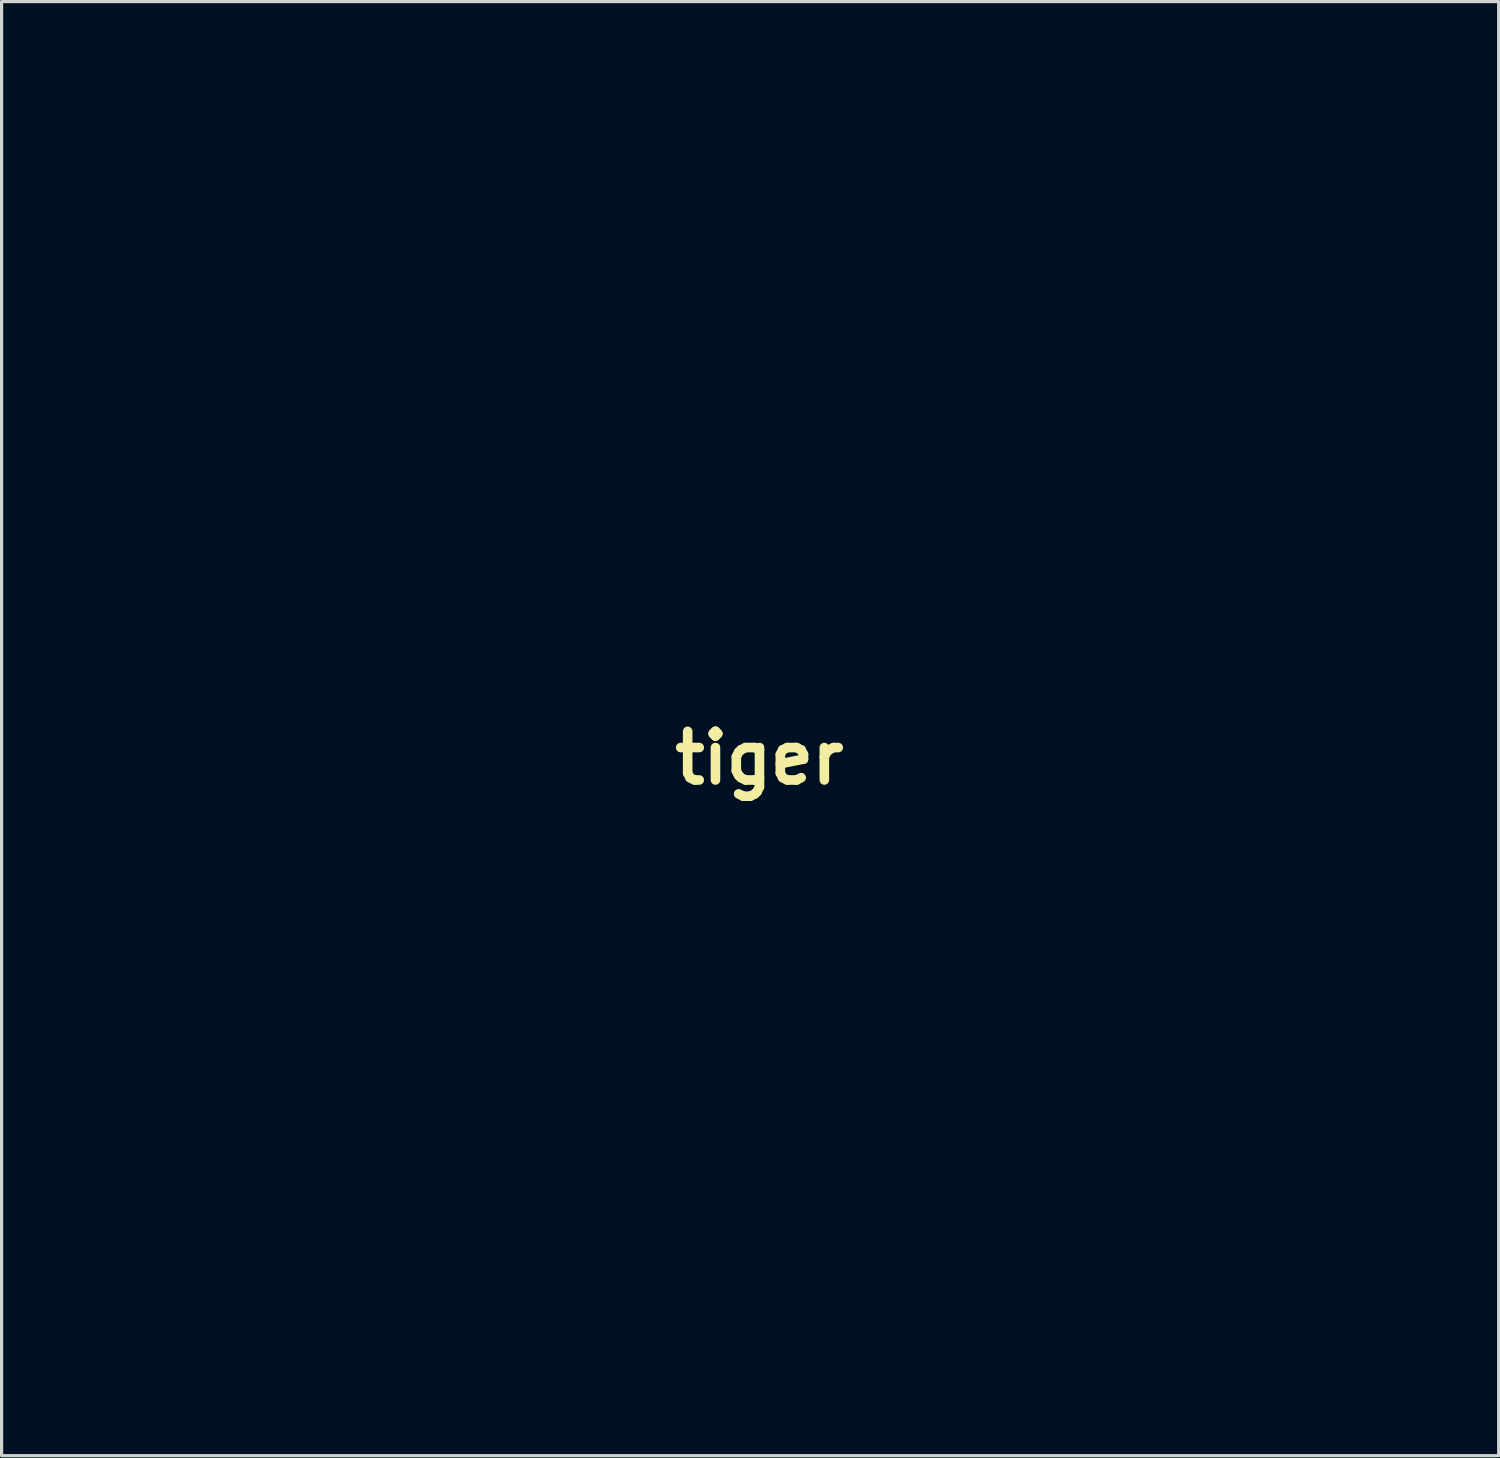
<source format=kicad_pcb>
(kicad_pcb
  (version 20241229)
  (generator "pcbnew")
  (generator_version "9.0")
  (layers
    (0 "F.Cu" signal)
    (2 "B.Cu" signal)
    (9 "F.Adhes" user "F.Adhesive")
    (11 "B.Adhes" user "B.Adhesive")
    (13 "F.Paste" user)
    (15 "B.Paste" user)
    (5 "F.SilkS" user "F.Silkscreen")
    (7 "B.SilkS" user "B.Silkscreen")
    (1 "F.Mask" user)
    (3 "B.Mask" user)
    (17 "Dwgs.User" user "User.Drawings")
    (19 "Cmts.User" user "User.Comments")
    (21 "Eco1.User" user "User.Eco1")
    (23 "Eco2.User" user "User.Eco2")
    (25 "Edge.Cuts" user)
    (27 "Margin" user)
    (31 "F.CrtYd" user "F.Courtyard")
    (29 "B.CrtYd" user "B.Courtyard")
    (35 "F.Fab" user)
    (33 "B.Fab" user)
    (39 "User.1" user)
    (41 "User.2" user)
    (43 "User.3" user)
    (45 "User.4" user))
  (footprint "tiger"
    (layer "F.Cu")
    (at 20.742 20.695)
    (property "Reference" "tiger" (at 0 0 0) (layer "F.SilkS") (effects (font (size 1.524 1.524) (thickness 0.3))))
    (attr through_hole)
    (fp_poly (pts (xy -11.134 -5.727) (xy -11.028 -5.659) (xy -11.041 -5.57) (xy -11.187 -5.44) (xy -11.398 -5.298) (xy -11.679 -5.079) (xy -11.959 -4.797) (xy -12.083 -4.642) (xy -12.281 -4.384) (xy -12.417 -4.259) (xy -12.513 -4.252) (xy -12.572 -4.316) (xy -12.591 -4.483) (xy -12.532 -4.733) (xy -12.413 -5.013) (xy -12.256 -5.27) (xy -12.157 -5.386) (xy -11.885 -5.587) (xy -11.569 -5.716) (xy -11.271 -5.754) (xy -11.134 -5.727)) (stroke (width 0.01) (type solid)) (fill yes) (layer "F.Mask"))
    (fp_poly (pts (xy -10.945 -2.562) (xy -10.965 -2.477) (xy -11.003 -2.322) (xy -11.047 -2.055) (xy -11.088 -1.729) (xy -11.091 -1.697) (xy -11.168 -1.25) (xy -11.3 -0.947) (xy -11.507 -0.767) (xy -11.808 -0.69) (xy -12.006 -0.683) (xy -12.404 -0.689) (xy -12.012 -0.81) (xy -11.727 -0.915) (xy -11.547 -1.045) (xy -11.436 -1.244) (xy -11.362 -1.556) (xy -11.344 -1.663) (xy -11.259 -2.083) (xy -11.161 -2.397) (xy -11.058 -2.583) (xy -10.987 -2.625) (xy -10.945 -2.562)) (stroke (width 0.01) (type solid)) (fill yes) (layer "F.Mask"))
    (fp_poly (pts (xy -11.959 -2.928) (xy -11.983 -2.846) (xy -12.102 -2.705) (xy -12.136 -2.672) (xy -12.3 -2.466) (xy -12.359 -2.211) (xy -12.361 -2.117) (xy -12.43 -1.676) (xy -12.638 -1.333) (xy -12.952 -1.101) (xy -13.214 -0.988) (xy -13.422 -0.933) (xy -13.536 -0.945) (xy -13.547 -0.97) (xy -13.478 -1.026) (xy -13.307 -1.121) (xy -13.244 -1.152) (xy -12.942 -1.352) (xy -12.741 -1.636) (xy -12.616 -2.041) (xy -12.605 -2.098) (xy -12.482 -2.47) (xy -12.269 -2.737) (xy -12.098 -2.873) (xy -11.98 -2.932) (xy -11.959 -2.928)) (stroke (width 0.01) (type solid)) (fill yes) (layer "F.Mask"))
    (fp_poly (pts (xy -7.709 2.423) (xy -7.729 2.582) (xy -7.764 2.805) (xy -7.806 3.118) (xy -7.837 3.37) (xy -7.937 3.856) (xy -8.109 4.207) (xy -8.343 4.415) (xy -8.631 4.473) (xy -8.963 4.374) (xy -8.996 4.356) (xy -9.16 4.229) (xy -9.229 4.102) (xy -9.229 4.101) (xy -9.197 4.018) (xy -9.077 4.055) (xy -9.065 4.061) (xy -8.778 4.146) (xy -8.517 4.103) (xy -8.347 3.958) (xy -8.264 3.784) (xy -8.162 3.504) (xy -8.06 3.174) (xy -8.05 3.138) (xy -7.955 2.83) (xy -7.862 2.585) (xy -7.782 2.422) (xy -7.727 2.361) (xy -7.709 2.423)) (stroke (width 0.01) (type solid)) (fill yes) (layer "F.Mask"))
    (fp_poly (pts (xy -6.268 -7.248) (xy -6.219 -7.052) (xy -6.194 -6.784) (xy -6.197 -6.492) (xy -6.23 -6.225) (xy -6.273 -6.078) (xy -6.439 -5.842) (xy -6.72 -5.602) (xy -7.066 -5.394) (xy -7.41 -5.259) (xy -7.671 -5.193) (xy -7.843 -5.177) (xy -7.999 -5.211) (xy -8.107 -5.252) (xy -8.253 -5.342) (xy -8.297 -5.415) (xy -8.227 -5.489) (xy -8.038 -5.614) (xy -7.766 -5.767) (xy -7.641 -5.832) (xy -7.23 -6.052) (xy -6.946 -6.245) (xy -6.759 -6.442) (xy -6.636 -6.676) (xy -6.56 -6.921) (xy -6.474 -7.172) (xy -6.379 -7.309) (xy -6.341 -7.324) (xy -6.268 -7.248)) (stroke (width 0.01) (type solid)) (fill yes) (layer "F.Mask"))
    (fp_poly (pts (xy -1.736 5.465) (xy -1.73 5.546) (xy -1.692 5.764) (xy -1.66 5.857) (xy -1.645 6.041) (xy -1.687 6.168) (xy -1.76 6.436) (xy -1.769 6.813) (xy -1.715 7.253) (xy -1.651 7.535) (xy -1.548 8.029) (xy -1.54 8.398) (xy -1.627 8.661) (xy -1.67 8.72) (xy -1.836 8.869) (xy -1.946 8.86) (xy -1.985 8.784) (xy -2.017 8.636) (xy -2.054 8.402) (xy -2.062 8.34) (xy -2.103 8.083) (xy -2.167 7.736) (xy -2.241 7.379) (xy -2.314 6.974) (xy -2.332 6.648) (xy -2.296 6.325) (xy -2.289 6.287) (xy -2.207 5.955) (xy -2.101 5.673) (xy -1.985 5.463) (xy -1.876 5.346) (xy -1.788 5.339) (xy -1.736 5.465)) (stroke (width 0.01) (type solid)) (fill yes) (layer "F.Mask"))
    (fp_poly (pts (xy 0.132 5.253) (xy 0.211 5.371) (xy 0.206 5.428) (xy 0.218 5.499) (xy 0.242 5.503) (xy 0.283 5.581) (xy 0.309 5.787) (xy 0.316 6.075) (xy 0.33 6.486) (xy 0.377 6.935) (xy 0.421 7.199) (xy 0.479 7.729) (xy 0.416 8.163) (xy 0.234 8.489) (xy 0.042 8.645) (xy -0.174 8.762) (xy -0.294 8.793) (xy -0.363 8.749) (xy -0.376 8.729) (xy -0.373 8.609) (xy -0.301 8.421) (xy -0.296 8.412) (xy -0.162 8.076) (xy -0.114 7.719) (xy -0.15 7.291) (xy -0.212 6.972) (xy -0.309 6.341) (xy -0.294 5.825) (xy -0.167 5.431) (xy -0.132 5.372) (xy -0.014 5.229) (xy 0.086 5.221) (xy 0.132 5.253)) (stroke (width 0.01) (type solid)) (fill yes) (layer "F.Mask"))
    (fp_poly (pts (xy 6.648 3.083) (xy 6.687 3.22) (xy 6.689 3.289) (xy 6.717 3.478) (xy 6.783 3.573) (xy 6.845 3.669) (xy 6.887 3.873) (xy 6.894 3.963) (xy 6.935 4.226) (xy 7.054 4.447) (xy 7.225 4.642) (xy 7.506 5.01) (xy 7.66 5.428) (xy 7.705 5.917) (xy 7.669 6.226) (xy 7.557 6.401) (xy 7.556 6.401) (xy 7.368 6.509) (xy 7.254 6.477) (xy 7.203 6.296) (xy 7.197 6.136) (xy 7.136 5.658) (xy 6.942 5.221) (xy 6.678 4.869) (xy 6.539 4.703) (xy 6.455 4.559) (xy 6.411 4.387) (xy 6.395 4.138) (xy 6.392 3.819) (xy 6.397 3.461) (xy 6.415 3.24) (xy 6.452 3.121) (xy 6.517 3.071) (xy 6.54 3.065) (xy 6.648 3.083)) (stroke (width 0.01) (type solid)) (fill yes) (layer "F.Mask"))
    (fp_poly (pts (xy 7.87 1.936) (xy 7.935 2.122) (xy 7.943 2.18) (xy 7.994 2.379) (xy 8.084 2.455) (xy 8.084 2.455) (xy 8.181 2.528) (xy 8.279 2.71) (xy 8.301 2.773) (xy 8.426 3.064) (xy 8.593 3.345) (xy 8.608 3.366) (xy 8.892 3.842) (xy 9.034 4.345) (xy 9.059 4.732) (xy 9.046 5.12) (xy 9.003 5.363) (xy 8.923 5.482) (xy 8.844 5.503) (xy 8.731 5.574) (xy 8.678 5.673) (xy 8.58 5.81) (xy 8.493 5.842) (xy 8.425 5.818) (xy 8.395 5.721) (xy 8.4 5.518) (xy 8.421 5.289) (xy 8.449 4.746) (xy 8.394 4.305) (xy 8.245 3.914) (xy 8.085 3.651) (xy 7.781 3.103) (xy 7.64 2.576) (xy 7.634 2.244) (xy 7.688 2.004) (xy 7.777 1.899) (xy 7.87 1.936)) (stroke (width 0.01) (type solid)) (fill yes) (layer "F.Mask"))
    (fp_poly (pts (xy 14.487 -6.388) (xy 14.531 -6.277) (xy 14.584 -6.062) (xy 14.651 -5.72) (xy 14.725 -5.316) (xy 14.826 -4.82) (xy 14.928 -4.462) (xy 15.043 -4.211) (xy 15.096 -4.131) (xy 15.272 -3.87) (xy 15.446 -3.569) (xy 15.484 -3.497) (xy 15.575 -3.274) (xy 15.686 -2.945) (xy 15.804 -2.555) (xy 15.915 -2.151) (xy 16.008 -1.779) (xy 16.069 -1.484) (xy 16.086 -1.333) (xy 16.06 -1.197) (xy 15.993 -1.199) (xy 15.91 -1.322) (xy 15.831 -1.545) (xy 15.546 -2.491) (xy 15.216 -3.287) (xy 14.904 -3.838) (xy 14.727 -4.112) (xy 14.607 -4.329) (xy 14.529 -4.537) (xy 14.477 -4.788) (xy 14.435 -5.131) (xy 14.41 -5.376) (xy 14.375 -5.806) (xy 14.364 -6.135) (xy 14.377 -6.337) (xy 14.395 -6.385) (xy 14.444 -6.417) (xy 14.487 -6.388)) (stroke (width 0.01) (type solid)) (fill yes) (layer "F.Mask"))
    (fp_poly (pts (xy -10.242 -5.883) (xy -10.165 -5.749) (xy -10.2 -5.556) (xy -10.298 -5.407) (xy -10.393 -5.228) (xy -10.436 -5.005) (xy -10.415 -4.818) (xy -10.386 -4.77) (xy -10.275 -4.752) (xy -10.206 -4.77) (xy -10.12 -4.825) (xy -10.02 -4.941) (xy -9.886 -5.145) (xy -9.701 -5.465) (xy -9.629 -5.592) (xy -9.517 -5.763) (xy -9.428 -5.8) (xy -9.354 -5.756) (xy -9.245 -5.561) (xy -9.253 -5.268) (xy -9.373 -4.902) (xy -9.485 -4.681) (xy -9.642 -4.352) (xy -9.681 -4.143) (xy -9.609 -4.058) (xy -9.432 -4.102) (xy -9.158 -4.281) (xy -9.054 -4.365) (xy -8.804 -4.55) (xy -8.6 -4.633) (xy -8.397 -4.64) (xy -8.156 -4.589) (xy -8.079 -4.496) (xy -8.166 -4.365) (xy -8.338 -4.245) (xy -8.641 -3.971) (xy -8.799 -3.697) (xy -8.949 -3.433) (xy -9.144 -3.194) (xy -9.344 -3.023) (xy -9.499 -2.963) (xy -9.611 -2.919) (xy -9.802 -2.808) (xy -9.888 -2.752) (xy -10.151 -2.593) (xy -10.324 -2.544) (xy -10.441 -2.596) (xy -10.442 -2.596) (xy -10.499 -2.76) (xy -10.46 -2.993) (xy -10.336 -3.231) (xy -10.32 -3.253) (xy -10.212 -3.417) (xy -10.184 -3.521) (xy -10.188 -3.528) (xy -10.28 -3.512) (xy -10.468 -3.423) (xy -10.711 -3.285) (xy -10.968 -3.122) (xy -11.198 -2.96) (xy -11.32 -2.859) (xy -11.496 -2.75) (xy -11.637 -2.738) (xy -11.754 -2.856) (xy -11.739 -3.053) (xy -11.596 -3.309) (xy -11.472 -3.46) (xy -11.305 -3.653) (xy -11.198 -3.792) (xy -11.176 -3.832) (xy -11.246 -3.91) (xy -11.423 -3.924) (xy -11.656 -3.874) (xy -11.722 -3.849) (xy -12.022 -3.744) (xy -12.198 -3.738) (xy -12.264 -3.832) (xy -12.261 -3.916) (xy -12.226 -4.015) (xy -12.134 -4.114) (xy -11.961 -4.229) (xy -11.681 -4.375) (xy -11.269 -4.569) (xy -11.261 -4.573) (xy -11.17 -4.693) (xy -11.102 -4.927) (xy -11.089 -5.016) (xy -11.035 -5.283) (xy -10.956 -5.494) (xy -10.925 -5.542) (xy -10.758 -5.69) (xy -10.547 -5.815) (xy -10.352 -5.887) (xy -10.242 -5.883)) (stroke (width 0.01) (type solid)) (fill yes) (layer "F.Mask"))
    (fp_poly (pts (xy -10.637 13.133) (xy -10.248 13.323) (xy -9.972 13.634) (xy -9.925 13.724) (xy -9.779 14.031) (xy -9.271 13.992) (xy -8.957 13.98) (xy -8.739 14.012) (xy -8.547 14.103) (xy -8.468 14.155) (xy -8.196 14.425) (xy -8.045 14.698) (xy -7.9 14.997) (xy -7.712 15.281) (xy -7.684 15.316) (xy -7.5 15.642) (xy -7.438 16.008) (xy -7.498 16.361) (xy -7.652 16.618) (xy -7.906 16.804) (xy -8.254 16.947) (xy -8.62 17.018) (xy -8.678 17.021) (xy -8.838 17.093) (xy -9.001 17.271) (xy -9.017 17.296) (xy -9.307 17.609) (xy -9.697 17.795) (xy -10.172 17.85) (xy -10.716 17.77) (xy -10.849 17.732) (xy -11.156 17.6) (xy -11.444 17.417) (xy -11.515 17.357) (xy -11.749 17.18) (xy -11.998 17.11) (xy -12.161 17.103) (xy -12.604 17.049) (xy -13.013 16.877) (xy -13.431 16.567) (xy -13.5 16.505) (xy -13.886 16.149) (xy -14.226 16.384) (xy -14.565 16.62) (xy -14.997 16.48) (xy -15.342 16.396) (xy -15.707 16.346) (xy -15.837 16.341) (xy -16.171 16.323) (xy -16.443 16.253) (xy -16.706 16.11) (xy -17.01 15.869) (xy -17.137 15.755) (xy -17.531 15.432) (xy -17.804 15.252) (xy -17.156 15.252) (xy -17.144 15.299) (xy -17.019 15.443) (xy -16.7 15.73) (xy -16.341 15.911) (xy -15.89 16.008) (xy -15.703 16.027) (xy -15.367 16.065) (xy -15.07 16.12) (xy -14.884 16.175) (xy -14.704 16.23) (xy -14.543 16.186) (xy -14.421 16.108) (xy -14.172 15.95) (xy -13.973 15.884) (xy -13.778 15.918) (xy -13.543 16.057) (xy -13.285 16.256) (xy -12.951 16.511) (xy -12.695 16.667) (xy -12.47 16.743) (xy -12.233 16.758) (xy -12.098 16.749) (xy -11.895 16.707) (xy -11.807 16.603) (xy -11.785 16.492) (xy -11.676 16.207) (xy -11.448 15.947) (xy -11.15 15.758) (xy -10.962 15.7) (xy -10.627 15.695) (xy -10.331 15.795) (xy -10.093 15.971) (xy -9.93 16.195) (xy -9.86 16.44) (xy -9.902 16.678) (xy -10.074 16.88) (xy -10.157 16.932) (xy -10.301 16.98) (xy -10.377 16.905) (xy -10.386 16.884) (xy -10.37 16.727) (xy -10.3 16.665) (xy -10.174 16.524) (xy -10.207 16.341) (xy -10.345 16.175) (xy -10.603 16.036) (xy -10.889 16.033) (xy -11.162 16.15) (xy -11.376 16.369) (xy -11.475 16.604) (xy -11.456 16.853) (xy -11.299 17.083) (xy -11.037 17.279) (xy -10.703 17.426) (xy -10.329 17.51) (xy -9.946 17.517) (xy -9.608 17.441) (xy -9.393 17.273) (xy -9.255 17.028) (xy -9.175 16.846) (xy -9.084 16.743) (xy -8.931 16.691) (xy -8.666 16.66) (xy -8.621 16.655) (xy -8.222 16.589) (xy -7.965 16.465) (xy -7.828 16.264) (xy -7.789 15.981) (xy -7.829 15.697) (xy -7.975 15.476) (xy -8.03 15.422) (xy -8.228 15.156) (xy -8.33 14.879) (xy -8.442 14.578) (xy -8.653 14.395) (xy -8.979 14.32) (xy -9.264 14.326) (xy -9.561 14.367) (xy -9.77 14.456) (xy -9.97 14.629) (xy -10.013 14.675) (xy -10.316 14.915) (xy -10.616 14.987) (xy -10.915 14.89) (xy -11.065 14.78) (xy -11.215 14.628) (xy -11.237 14.524) (xy -11.199 14.469) (xy -11.092 14.412) (xy -10.961 14.486) (xy -10.939 14.505) (xy -10.745 14.618) (xy -10.604 14.647) (xy -10.372 14.579) (xy -10.225 14.405) (xy -10.169 14.166) (xy -10.211 13.907) (xy -10.357 13.672) (xy -10.442 13.597) (xy -10.73 13.471) (xy -11.117 13.418) (xy -11.55 13.437) (xy -11.976 13.529) (xy -12.22 13.624) (xy -12.526 13.801) (xy -12.697 13.986) (xy -12.763 14.223) (xy -12.767 14.378) (xy -12.81 14.632) (xy -12.912 14.817) (xy -13.118 14.945) (xy -13.376 14.978) (xy -13.636 14.927) (xy -13.848 14.805) (xy -13.962 14.624) (xy -13.97 14.558) (xy -13.937 14.419) (xy -13.829 14.416) (xy -13.669 14.518) (xy -13.458 14.619) (xy -13.314 14.645) (xy -13.184 14.62) (xy -13.131 14.508) (xy -13.123 14.356) (xy -13.195 14.068) (xy -13.397 13.876) (xy -13.704 13.801) (xy -13.729 13.801) (xy -14.016 13.829) (xy -14.243 13.934) (xy -14.442 14.141) (xy -14.65 14.478) (xy -14.694 14.561) (xy -14.975 15.021) (xy -15.269 15.337) (xy -15.6 15.515) (xy -15.99 15.561) (xy -16.462 15.484) (xy -17.039 15.289) (xy -17.06 15.28) (xy -17.156 15.252) (xy -17.804 15.252) (xy -17.908 15.183) (xy -18.236 15.029) (xy -18.447 14.986) (xy -18.712 14.945) (xy -18.86 14.834) (xy -18.881 14.754) (xy -18.805 14.675) (xy -18.601 14.642) (xy -18.3 14.65) (xy -17.936 14.697) (xy -17.543 14.778) (xy -17.152 14.89) (xy -16.919 14.975) (xy -16.574 15.101) (xy -16.249 15.195) (xy -16.006 15.239) (xy -15.973 15.24) (xy -15.628 15.157) (xy -15.306 14.91) (xy -15.012 14.504) (xy -14.914 14.32) (xy -14.631 13.882) (xy -14.293 13.597) (xy -13.912 13.469) (xy -13.495 13.503) (xy -13.25 13.595) (xy -13.075 13.668) (xy -12.945 13.673) (xy -12.793 13.597) (xy -12.624 13.478) (xy -12.21 13.259) (xy -11.727 13.124) (xy -11.133 13.066) (xy -10.637 13.133)) (stroke (width 0.01) (type solid)) (fill yes) (layer "F.Mask"))
    (fp_poly (pts (xy 6.779 13.747) (xy 7.181 13.852) (xy 7.518 14.033) (xy 7.758 14.271) (xy 7.87 14.548) (xy 7.874 14.611) (xy 7.921 14.811) (xy 8.043 14.872) (xy 8.197 14.795) (xy 8.46 14.641) (xy 8.812 14.527) (xy 9.175 14.478) (xy 9.203 14.478) (xy 9.597 14.541) (xy 9.899 14.735) (xy 10.117 15.066) (xy 10.257 15.543) (xy 10.286 15.727) (xy 10.336 15.978) (xy 10.401 16.146) (xy 10.443 16.186) (xy 10.6 16.2) (xy 10.752 16.207) (xy 10.92 16.259) (xy 11.058 16.427) (xy 11.117 16.542) (xy 11.225 16.746) (xy 11.332 16.832) (xy 11.502 16.837) (xy 11.61 16.824) (xy 11.881 16.743) (xy 12.238 16.571) (xy 12.599 16.355) (xy 13.139 16.037) (xy 13.601 15.85) (xy 14.012 15.79) (xy 14.398 15.856) (xy 14.788 16.046) (xy 14.96 16.162) (xy 15.381 16.441) (xy 15.726 16.607) (xy 16.03 16.676) (xy 16.12 16.679) (xy 16.366 16.713) (xy 16.48 16.802) (xy 16.447 16.928) (xy 16.375 16.996) (xy 16.235 17.062) (xy 16.025 17.082) (xy 15.701 17.057) (xy 15.663 17.053) (xy 15.29 17.02) (xy 14.845 16.995) (xy 14.436 16.984) (xy 13.956 17.012) (xy 13.521 17.112) (xy 13.086 17.303) (xy 12.605 17.602) (xy 12.416 17.736) (xy 12.148 17.912) (xy 11.923 18.001) (xy 11.657 18.031) (xy 11.527 18.032) (xy 11.075 17.985) (xy 10.68 17.863) (xy 10.413 17.761) (xy 10.174 17.702) (xy 10.104 17.695) (xy 9.956 17.734) (xy 9.693 17.839) (xy 9.35 17.997) (xy 8.959 18.193) (xy 8.842 18.254) (xy 8.382 18.491) (xy 8.032 18.656) (xy 7.756 18.761) (xy 7.52 18.82) (xy 7.301 18.846) (xy 7.002 18.852) (xy 6.75 18.832) (xy 6.643 18.805) (xy 6.454 18.688) (xy 6.37 18.608) (xy 6.278 18.542) (xy 6.123 18.525) (xy 5.861 18.552) (xy 5.765 18.567) (xy 5.436 18.603) (xy 5.127 18.609) (xy 4.974 18.594) (xy 4.628 18.448) (xy 4.359 18.174) (xy 4.197 17.807) (xy 4.17 17.659) (xy 4.135 17.422) (xy 4.076 17.309) (xy 3.96 17.274) (xy 3.881 17.272) (xy 3.451 17.2) (xy 3.115 16.994) (xy 2.889 16.669) (xy 2.785 16.24) (xy 2.782 16.17) (xy 3.086 16.17) (xy 3.156 16.497) (xy 3.357 16.75) (xy 3.669 16.902) (xy 3.931 16.933) (xy 4.231 16.965) (xy 4.403 17.078) (xy 4.477 17.305) (xy 4.487 17.504) (xy 4.549 17.874) (xy 4.732 18.127) (xy 5.036 18.261) (xy 5.459 18.278) (xy 5.747 18.235) (xy 5.934 18.172) (xy 6.004 18.049) (xy 6.011 17.935) (xy 6.082 17.589) (xy 6.268 17.235) (xy 6.531 16.94) (xy 6.627 16.868) (xy 6.884 16.738) (xy 7.21 16.624) (xy 7.374 16.583) (xy 7.803 16.539) (xy 8.126 16.61) (xy 8.368 16.803) (xy 8.43 16.887) (xy 8.521 17.054) (xy 8.509 17.183) (xy 8.43 17.318) (xy 8.241 17.528) (xy 8.029 17.65) (xy 7.841 17.664) (xy 7.766 17.62) (xy 7.714 17.552) (xy 7.728 17.487) (xy 7.832 17.394) (xy 8.051 17.244) (xy 8.099 17.211) (xy 8.205 17.127) (xy 8.179 17.052) (xy 8.091 16.979) (xy 7.818 16.863) (xy 7.489 16.867) (xy 7.143 16.972) (xy 6.82 17.159) (xy 6.559 17.409) (xy 6.401 17.703) (xy 6.379 17.795) (xy 6.397 18.111) (xy 6.547 18.346) (xy 6.81 18.491) (xy 7.164 18.537) (xy 7.591 18.476) (xy 7.784 18.417) (xy 8.006 18.323) (xy 8.325 18.167) (xy 8.695 17.973) (xy 8.964 17.824) (xy 9.416 17.582) (xy 9.77 17.432) (xy 10.063 17.369) (xy 10.335 17.386) (xy 10.622 17.476) (xy 10.741 17.528) (xy 11.087 17.639) (xy 11.465 17.694) (xy 11.53 17.695) (xy 11.769 17.682) (xy 11.974 17.626) (xy 12.2 17.507) (xy 12.498 17.304) (xy 13.151 16.923) (xy 13.835 16.683) (xy 14.515 16.595) (xy 14.548 16.595) (xy 15.025 16.595) (xy 14.73 16.396) (xy 14.326 16.189) (xy 13.927 16.126) (xy 13.508 16.21) (xy 13.045 16.444) (xy 12.895 16.543) (xy 12.35 16.887) (xy 11.901 17.1) (xy 11.535 17.183) (xy 11.242 17.137) (xy 11.012 16.964) (xy 10.878 16.761) (xy 10.734 16.571) (xy 10.537 16.511) (xy 10.51 16.51) (xy 10.289 16.465) (xy 10.126 16.316) (xy 10.006 16.04) (xy 9.923 15.673) (xy 9.851 15.365) (xy 9.76 15.107) (xy 9.684 14.975) (xy 9.475 14.856) (xy 9.171 14.819) (xy 8.828 14.864) (xy 8.551 14.965) (xy 8.352 15.088) (xy 8.269 15.233) (xy 8.255 15.408) (xy 8.297 15.64) (xy 8.428 15.735) (xy 8.657 15.698) (xy 8.816 15.629) (xy 9.058 15.543) (xy 9.198 15.576) (xy 9.229 15.67) (xy 9.158 15.773) (xy 8.985 15.897) (xy 8.766 16.01) (xy 8.561 16.079) (xy 8.493 16.086) (xy 8.238 16.012) (xy 8.013 15.822) (xy 7.87 15.572) (xy 7.846 15.423) (xy 7.842 15.239) (xy 7.831 15.156) (xy 7.831 15.155) (xy 7.753 15.189) (xy 7.582 15.272) (xy 7.544 15.291) (xy 7.274 15.368) (xy 6.99 15.359) (xy 6.731 15.282) (xy 6.538 15.15) (xy 6.449 14.981) (xy 6.464 14.862) (xy 6.554 14.745) (xy 6.686 14.78) (xy 6.816 14.901) (xy 7.026 15.046) (xy 7.247 15.071) (xy 7.431 14.988) (xy 7.53 14.806) (xy 7.535 14.738) (xy 7.46 14.469) (xy 7.257 14.26) (xy 6.962 14.12) (xy 6.609 14.06) (xy 6.233 14.089) (xy 5.869 14.22) (xy 5.841 14.235) (xy 5.503 14.504) (xy 5.281 14.837) (xy 5.077 15.24) (xy 4.53 15.24) (xy 3.979 15.285) (xy 3.556 15.416) (xy 3.27 15.63) (xy 3.166 15.798) (xy 3.086 16.17) (xy 2.782 16.17) (xy 2.78 16.107) (xy 2.852 15.683) (xy 3.066 15.35) (xy 3.419 15.109) (xy 3.91 14.962) (xy 4.269 14.92) (xy 4.586 14.896) (xy 4.781 14.861) (xy 4.9 14.793) (xy 4.989 14.673) (xy 5.042 14.577) (xy 5.329 14.212) (xy 5.725 13.929) (xy 6.181 13.761) (xy 6.346 13.736) (xy 6.779 13.747)) (stroke (width 0.01) (type solid)) (fill yes) (layer "F.Mask"))
    (fp_poly (pts (xy -3.884 -18.829) (xy -3.71 -18.739) (xy -3.436 -18.574) (xy -3.133 -18.385) (xy -2.742 -18.128) (xy -2.364 -17.857) (xy -2.044 -17.608) (xy -1.853 -17.438) (xy -1.632 -17.203) (xy -1.506 -17.008) (xy -1.439 -16.783) (xy -1.405 -16.547) (xy -1.323 -15.95) (xy -1.227 -15.487) (xy -1.107 -15.123) (xy -0.953 -14.823) (xy -0.941 -14.804) (xy -0.729 -14.33) (xy -0.647 -13.94) (xy -0.553 -13.431) (xy -0.407 -13.053) (xy -0.219 -12.815) (xy 0.005 -12.726) (xy 0.256 -12.794) (xy 0.293 -12.817) (xy 0.434 -12.944) (xy 0.493 -13.106) (xy 0.466 -13.331) (xy 0.352 -13.648) (xy 0.204 -13.972) (xy 0.033 -14.37) (xy -0.052 -14.706) (xy -0.05 -15.031) (xy 0.042 -15.392) (xy 0.223 -15.838) (xy 0.264 -15.927) (xy 0.416 -16.283) (xy 0.501 -16.563) (xy 0.534 -16.838) (xy 0.534 -17.116) (xy 0.543 -17.484) (xy 0.598 -17.691) (xy 0.701 -17.738) (xy 0.855 -17.626) (xy 1.013 -17.432) (xy 1.224 -17.113) (xy 1.349 -16.834) (xy 1.394 -16.546) (xy 1.365 -16.201) (xy 1.271 -15.748) (xy 1.263 -15.712) (xy 1.175 -15.333) (xy 1.128 -15.074) (xy 1.12 -14.888) (xy 1.148 -14.731) (xy 1.195 -14.593) (xy 1.344 -14.324) (xy 1.532 -14.159) (xy 1.725 -14.117) (xy 1.863 -14.188) (xy 1.935 -14.319) (xy 1.969 -14.548) (xy 1.97 -14.909) (xy 1.97 -14.926) (xy 1.966 -15.451) (xy 2.004 -15.871) (xy 2.102 -16.217) (xy 2.279 -16.521) (xy 2.551 -16.814) (xy 2.938 -17.128) (xy 3.41 -17.462) (xy 3.749 -17.706) (xy 4.058 -17.95) (xy 4.294 -18.159) (xy 4.39 -18.261) (xy 4.606 -18.483) (xy 4.763 -18.551) (xy 4.852 -18.476) (xy 4.86 -18.266) (xy 4.78 -17.937) (xy 4.642 -17.631) (xy 4.416 -17.303) (xy 4.077 -16.917) (xy 4.057 -16.896) (xy 3.798 -16.608) (xy 3.578 -16.34) (xy 3.43 -16.13) (xy 3.39 -16.054) (xy 3.356 -15.881) (xy 3.328 -15.581) (xy 3.309 -15.195) (xy 3.302 -14.764) (xy 3.302 -14.746) (xy 3.293 -14.197) (xy 3.257 -13.783) (xy 3.182 -13.47) (xy 3.053 -13.225) (xy 2.857 -13.015) (xy 2.582 -12.805) (xy 2.521 -12.763) (xy 2.248 -12.563) (xy 2.09 -12.394) (xy 2.01 -12.215) (xy 1.994 -12.145) (xy 1.844 -11.777) (xy 1.561 -11.461) (xy 1.176 -11.208) (xy 0.721 -11.03) (xy 0.227 -10.938) (xy -0.273 -10.943) (xy -0.75 -11.058) (xy -0.847 -11.098) (xy -1.13 -11.251) (xy -1.387 -11.429) (xy -1.457 -11.49) (xy -1.686 -11.708) (xy -2.182 -11.569) (xy -2.872 -11.439) (xy -3.502 -11.458) (xy -4.093 -11.627) (xy -4.201 -11.675) (xy -4.529 -11.855) (xy -4.791 -12.064) (xy -5.016 -12.339) (xy -5.234 -12.714) (xy -5.42 -13.104) (xy -5.693 -13.602) (xy -6.03 -14.011) (xy -6.465 -14.363) (xy -7.032 -14.687) (xy -7.132 -14.737) (xy -7.522 -14.94) (xy -7.806 -15.133) (xy -8.04 -15.358) (xy -8.185 -15.532) (xy -8.456 -15.84) (xy -8.777 -16.15) (xy -8.994 -16.33) (xy -9.285 -16.53) (xy -9.619 -16.729) (xy -9.936 -16.896) (xy -9.136 -16.896) (xy -9.082 -16.82) (xy -8.892 -16.657) (xy -8.843 -16.618) (xy -8.556 -16.369) (xy -8.237 -16.062) (xy -7.995 -15.807) (xy -7.635 -15.458) (xy -7.213 -15.166) (xy -6.895 -14.994) (xy -6.261 -14.621) (xy -5.76 -14.191) (xy -5.355 -13.668) (xy -5.08 -13.166) (xy -4.771 -12.612) (xy -4.444 -12.213) (xy -4.084 -11.955) (xy -3.833 -11.858) (xy -3.278 -11.776) (xy -2.663 -11.808) (xy -2.128 -11.928) (xy -1.848 -12.012) (xy -1.682 -12.044) (xy -1.58 -12.025) (xy -1.495 -11.951) (xy -1.464 -11.918) (xy -1.306 -11.781) (xy -1.062 -11.611) (xy -0.889 -11.506) (xy -0.372 -11.304) (xy 0.196 -11.263) (xy 0.718 -11.355) (xy 1.086 -11.528) (xy 1.409 -11.809) (xy 1.642 -12.149) (xy 1.73 -12.415) (xy 1.792 -12.652) (xy 1.908 -12.797) (xy 2.127 -12.916) (xy 2.408 -13.085) (xy 2.671 -13.308) (xy 2.714 -13.353) (xy 2.815 -13.472) (xy 2.884 -13.583) (xy 2.928 -13.719) (xy 2.952 -13.913) (xy 2.962 -14.199) (xy 2.965 -14.611) (xy 2.965 -14.756) (xy 2.976 -15.327) (xy 3.012 -15.765) (xy 3.086 -16.105) (xy 3.208 -16.383) (xy 3.389 -16.634) (xy 3.638 -16.891) (xy 3.953 -17.202) (xy 4.137 -17.408) (xy 4.19 -17.509) (xy 4.112 -17.503) (xy 3.904 -17.389) (xy 3.567 -17.166) (xy 3.507 -17.123) (xy 3.077 -16.818) (xy 2.766 -16.574) (xy 2.556 -16.361) (xy 2.426 -16.144) (xy 2.357 -15.891) (xy 2.328 -15.569) (xy 2.321 -15.155) (xy 2.305 -14.638) (xy 2.262 -14.268) (xy 2.181 -14.022) (xy 2.051 -13.877) (xy 1.863 -13.811) (xy 1.7 -13.801) (xy 1.457 -13.829) (xy 1.266 -13.939) (xy 1.118 -14.09) (xy 0.919 -14.376) (xy 0.816 -14.691) (xy 0.804 -15.072) (xy 0.879 -15.551) (xy 0.936 -15.789) (xy 1.029 -16.192) (xy 1.068 -16.469) (xy 1.056 -16.651) (xy 1.036 -16.705) (xy 0.974 -16.822) (xy 0.935 -16.801) (xy 0.892 -16.637) (xy 0.83 -16.439) (xy 0.717 -16.146) (xy 0.575 -15.813) (xy 0.544 -15.744) (xy 0.408 -15.418) (xy 0.306 -15.127) (xy 0.256 -14.922) (xy 0.254 -14.891) (xy 0.287 -14.717) (xy 0.375 -14.44) (xy 0.501 -14.11) (xy 0.55 -13.993) (xy 0.686 -13.659) (xy 0.788 -13.362) (xy 0.842 -13.152) (xy 0.847 -13.108) (xy 0.768 -12.809) (xy 0.544 -12.572) (xy 0.248 -12.434) (xy 0.013 -12.378) (xy -0.149 -12.397) (xy -0.32 -12.5) (xy -0.32 -12.5) (xy -0.577 -12.773) (xy -0.792 -13.166) (xy -0.939 -13.63) (xy -0.98 -13.863) (xy -1.061 -14.231) (xy -1.194 -14.555) (xy -1.239 -14.63) (xy -1.388 -14.887) (xy -1.502 -15.186) (xy -1.594 -15.565) (xy -1.674 -16.064) (xy -1.695 -16.224) (xy -1.745 -16.57) (xy -1.805 -16.804) (xy -1.899 -16.982) (xy -2.049 -17.159) (xy -2.115 -17.227) (xy -2.368 -17.453) (xy -2.694 -17.704) (xy -2.982 -17.898) (xy -3.514 -18.227) (xy -3.065 -17.75) (xy -2.769 -17.415) (xy -2.567 -17.118) (xy -2.442 -16.814) (xy -2.377 -16.455) (xy -2.358 -15.996) (xy -2.36 -15.732) (xy -2.365 -15.33) (xy -2.359 -15.057) (xy -2.333 -14.874) (xy -2.28 -14.742) (xy -2.192 -14.621) (xy -2.125 -14.542) (xy -1.903 -14.239) (xy -1.821 -13.966) (xy -1.873 -13.673) (xy -1.966 -13.463) (xy -2.237 -13.069) (xy -2.571 -12.817) (xy -2.95 -12.719) (xy -3.104 -12.724) (xy -3.406 -12.789) (xy -3.665 -12.928) (xy -3.907 -13.164) (xy -4.158 -13.521) (xy -4.352 -13.855) (xy -4.652 -14.379) (xy -4.899 -14.763) (xy -5.106 -15.023) (xy -5.286 -15.176) (xy -5.452 -15.237) (xy -5.498 -15.24) (xy -5.76 -15.267) (xy -5.978 -15.319) (xy -6.198 -15.386) (xy -6.5 -15.474) (xy -6.707 -15.532) (xy -7.188 -15.73) (xy -7.674 -16.068) (xy -7.687 -16.079) (xy -8.284 -16.518) (xy -8.843 -16.814) (xy -9.059 -16.892) (xy -9.136 -16.896) (xy -9.936 -16.896) (xy -9.954 -16.906) (xy -10.245 -17.037) (xy -10.449 -17.099) (xy -10.477 -17.102) (xy -10.57 -17.159) (xy -10.57 -17.281) (xy -10.486 -17.394) (xy -10.445 -17.415) (xy -10.247 -17.436) (xy -9.936 -17.41) (xy -9.558 -17.344) (xy -9.158 -17.25) (xy -8.783 -17.135) (xy -8.509 -17.024) (xy -8.163 -16.832) (xy -7.789 -16.584) (xy -7.535 -16.389) (xy -7.191 -16.133) (xy -6.821 -15.942) (xy -6.372 -15.783) (xy -6.01 -15.681) (xy -5.672 -15.6) (xy -5.417 -15.554) (xy -5.373 -15.55) (xy -5.139 -15.481) (xy -4.898 -15.296) (xy -4.64 -14.981) (xy -4.354 -14.526) (xy -4.133 -14.12) (xy -3.84 -13.62) (xy -3.558 -13.28) (xy -3.28 -13.089) (xy -3.036 -13.039) (xy -2.718 -13.088) (xy -2.481 -13.253) (xy -2.291 -13.56) (xy -2.272 -13.6) (xy -2.106 -13.977) (xy -2.364 -14.272) (xy -2.534 -14.489) (xy -2.641 -14.705) (xy -2.695 -14.963) (xy -2.706 -15.307) (xy -2.69 -15.69) (xy -2.68 -16.055) (xy -2.691 -16.39) (xy -2.719 -16.63) (xy -2.726 -16.659) (xy -2.817 -16.847) (xy -2.993 -17.11) (xy -3.223 -17.402) (xy -3.312 -17.505) (xy -3.656 -17.908) (xy -3.885 -18.223) (xy -4.013 -18.473) (xy -4.052 -18.681) (xy -4.048 -18.748) (xy -4.029 -18.824) (xy -3.982 -18.854) (xy -3.884 -18.829)) (stroke (width 0.01) (type solid)) (fill yes) (layer "F.Mask"))
    (fp_poly (pts (xy 10.451 -20.63) (xy 10.527 -20.555) (xy 10.557 -20.444) (xy 10.544 -20.254) (xy 10.499 -19.977) (xy 10.307 -19.242) (xy 10.019 -18.639) (xy 9.638 -18.173) (xy 9.289 -17.915) (xy 9.062 -17.81) (xy 8.719 -17.685) (xy 8.309 -17.557) (xy 7.941 -17.457) (xy 7.51 -17.338) (xy 7.102 -17.206) (xy 6.765 -17.079) (xy 6.573 -16.987) (xy 6.229 -16.704) (xy 5.988 -16.342) (xy 5.862 -15.938) (xy 5.861 -15.531) (xy 5.995 -15.158) (xy 6.047 -15.08) (xy 6.464 -14.652) (xy 6.987 -14.355) (xy 7.615 -14.189) (xy 8.35 -14.154) (xy 9.191 -14.251) (xy 10.139 -14.479) (xy 11.015 -14.77) (xy 11.722 -15.02) (xy 12.317 -15.2) (xy 12.841 -15.318) (xy 13.331 -15.381) (xy 13.828 -15.399) (xy 14.17 -15.388) (xy 14.995 -15.297) (xy 15.71 -15.1) (xy 16.351 -14.784) (xy 16.951 -14.332) (xy 17.231 -14.067) (xy 17.754 -13.422) (xy 18.147 -12.676) (xy 18.404 -11.84) (xy 18.523 -10.925) (xy 18.525 -10.325) (xy 18.503 -9.898) (xy 18.468 -9.584) (xy 18.409 -9.326) (xy 18.314 -9.068) (xy 18.19 -8.797) (xy 17.98 -8.415) (xy 17.717 -8.019) (xy 17.461 -7.7) (xy 17.03 -7.229) (xy 17.329 -6.853) (xy 17.807 -6.118) (xy 18.153 -5.286) (xy 18.369 -4.37) (xy 18.454 -3.38) (xy 18.408 -2.327) (xy 18.232 -1.223) (xy 17.925 -0.078) (xy 17.488 1.097) (xy 17.229 1.675) (xy 17.026 2.132) (xy 16.905 2.495) (xy 16.86 2.813) (xy 16.885 3.138) (xy 16.972 3.519) (xy 16.984 3.563) (xy 17.169 4.045) (xy 17.434 4.41) (xy 17.811 4.691) (xy 18.205 4.875) (xy 18.799 5.108) (xy 19.097 6.046) (xy 19.277 6.671) (xy 19.455 7.397) (xy 19.626 8.191) (xy 19.783 9.015) (xy 19.92 9.834) (xy 20.031 10.611) (xy 20.109 11.311) (xy 20.147 11.898) (xy 20.151 12.078) (xy 20.1 12.384) (xy 19.967 12.759) (xy 19.778 13.143) (xy 19.561 13.476) (xy 19.445 13.61) (xy 19.255 13.741) (xy 18.967 13.867) (xy 18.633 13.976) (xy 18.303 14.052) (xy 18.028 14.082) (xy 17.868 14.057) (xy 17.668 14.009) (xy 17.469 14.02) (xy 17.29 14.023) (xy 17.095 13.946) (xy 16.835 13.767) (xy 16.827 13.761) (xy 16.477 13.444) (xy 16.269 13.122) (xy 16.179 12.751) (xy 16.171 12.571) (xy 16.177 12.541) (xy 16.515 12.541) (xy 16.539 12.839) (xy 16.626 13.104) (xy 16.637 13.123) (xy 16.758 13.335) (xy 16.761 13.14) (xy 16.842 12.812) (xy 17.061 12.46) (xy 17.265 12.239) (xy 17.449 12.087) (xy 17.568 12.054) (xy 17.628 12.09) (xy 17.668 12.189) (xy 17.592 12.326) (xy 17.505 12.424) (xy 17.24 12.773) (xy 17.108 13.114) (xy 17.114 13.423) (xy 17.209 13.61) (xy 17.313 13.704) (xy 17.385 13.665) (xy 17.436 13.48) (xy 17.45 13.374) (xy 17.793 13.374) (xy 17.832 13.618) (xy 17.94 13.768) (xy 18.107 13.799) (xy 18.262 13.734) (xy 18.318 13.639) (xy 18.309 13.444) (xy 18.278 13.292) (xy 18.241 12.803) (xy 18.283 12.558) (xy 18.346 12.3) (xy 18.364 12.166) (xy 18.334 12.115) (xy 18.253 12.107) (xy 18.246 12.107) (xy 18.133 12.17) (xy 18.119 12.225) (xy 18.085 12.369) (xy 18.001 12.596) (xy 17.951 12.712) (xy 17.83 13.064) (xy 17.793 13.374) (xy 17.45 13.374) (xy 17.465 13.261) (xy 17.53 12.916) (xy 17.639 12.572) (xy 17.694 12.449) (xy 17.79 12.228) (xy 17.829 12.073) (xy 17.821 12.036) (xy 17.69 11.993) (xy 17.452 11.977) (xy 17.167 11.987) (xy 16.896 12.019) (xy 16.698 12.07) (xy 16.65 12.097) (xy 16.552 12.271) (xy 16.515 12.541) (xy 16.177 12.541) (xy 16.245 12.182) (xy 16.458 11.883) (xy 16.795 11.687) (xy 17.019 11.632) (xy 17.376 11.575) (xy 17.318 11.068) (xy 17.174 10.364) (xy 16.893 9.642) (xy 16.468 8.88) (xy 16.328 8.666) (xy 15.795 7.874) (xy 14.946 7.457) (xy 14.49 7.223) (xy 13.972 6.944) (xy 13.474 6.664) (xy 13.25 6.533) (xy 12.913 6.339) (xy 12.628 6.19) (xy 12.427 6.101) (xy 12.34 6.087) (xy 12.29 6.19) (xy 12.207 6.417) (xy 12.107 6.727) (xy 12.054 6.905) (xy 11.964 7.189) (xy 11.863 7.446) (xy 11.737 7.695) (xy 11.572 7.956) (xy 11.354 8.247) (xy 11.068 8.588) (xy 10.701 9) (xy 10.238 9.5) (xy 9.891 9.869) (xy 9.2 10.593) (xy 8.605 11.193) (xy 8.094 11.678) (xy 7.658 12.053) (xy 7.283 12.328) (xy 6.96 12.51) (xy 6.677 12.606) (xy 6.423 12.624) (xy 6.187 12.571) (xy 6.011 12.488) (xy 5.787 12.396) (xy 5.615 12.364) (xy 5.427 12.3) (xy 5.273 12.171) (xy 5.187 12.085) (xy 6.167 12.085) (xy 6.199 12.205) (xy 6.204 12.208) (xy 6.363 12.257) (xy 6.585 12.274) (xy 6.789 12.258) (xy 6.885 12.221) (xy 6.888 12.119) (xy 6.848 12.053) (xy 6.79 11.866) (xy 6.804 11.811) (xy 7.366 11.811) (xy 7.408 11.853) (xy 7.451 11.811) (xy 7.408 11.769) (xy 7.366 11.811) (xy 6.804 11.811) (xy 6.844 11.648) (xy 6.988 11.465) (xy 7.069 11.415) (xy 7.253 11.368) (xy 7.436 11.43) (xy 7.507 11.474) (xy 7.739 11.626) (xy 9.013 10.317) (xy 9.44 9.874) (xy 9.872 9.417) (xy 10.278 8.98) (xy 10.628 8.595) (xy 10.891 8.294) (xy 10.906 8.277) (xy 11.185 7.939) (xy 11.38 7.674) (xy 11.519 7.43) (xy 11.63 7.155) (xy 11.743 6.797) (xy 11.767 6.715) (xy 12.01 5.884) (xy 11.664 5.574) (xy 11.428 5.375) (xy 11.209 5.213) (xy 11.116 5.155) (xy 10.978 5.101) (xy 10.858 5.13) (xy 10.701 5.263) (xy 10.65 5.313) (xy 10.385 5.578) (xy 10.78 5.678) (xy 11.038 5.767) (xy 11.167 5.867) (xy 11.176 5.9) (xy 11.142 5.97) (xy 11.016 5.989) (xy 10.774 5.963) (xy 10.504 5.914) (xy 10.289 5.856) (xy 10.232 5.833) (xy 10.066 5.823) (xy 9.987 5.888) (xy 9.949 5.971) (xy 10.006 6.047) (xy 10.185 6.142) (xy 10.317 6.2) (xy 10.555 6.311) (xy 10.714 6.407) (xy 10.753 6.451) (xy 10.682 6.512) (xy 10.498 6.506) (xy 10.238 6.441) (xy 10.003 6.348) (xy 9.709 6.241) (xy 9.537 6.244) (xy 9.483 6.354) (xy 9.551 6.434) (xy 9.729 6.563) (xy 9.948 6.696) (xy 10.182 6.842) (xy 10.333 6.964) (xy 10.37 7.031) (xy 10.268 7.052) (xy 10.062 7.017) (xy 9.804 6.941) (xy 9.544 6.838) (xy 9.343 6.73) (xy 9.14 6.642) (xy 9.041 6.673) (xy 8.992 6.774) (xy 9.057 6.887) (xy 9.25 7.027) (xy 9.552 7.191) (xy 9.807 7.33) (xy 9.923 7.419) (xy 9.918 7.477) (xy 9.882 7.496) (xy 9.708 7.491) (xy 9.417 7.393) (xy 9.184 7.286) (xy 8.903 7.162) (xy 8.675 7.085) (xy 8.547 7.073) (xy 8.542 7.075) (xy 8.532 7.159) (xy 8.644 7.296) (xy 8.851 7.46) (xy 9.123 7.628) (xy 9.294 7.714) (xy 9.496 7.828) (xy 9.603 7.928) (xy 9.607 7.964) (xy 9.525 8.029) (xy 9.383 8.025) (xy 9.156 7.943) (xy 8.815 7.777) (xy 8.77 7.754) (xy 8.479 7.616) (xy 8.266 7.543) (xy 8.164 7.546) (xy 8.163 7.547) (xy 8.175 7.678) (xy 8.326 7.849) (xy 8.596 8.042) (xy 8.768 8.14) (xy 8.983 8.266) (xy 9.119 8.367) (xy 9.144 8.403) (xy 9.078 8.468) (xy 8.906 8.452) (xy 8.662 8.363) (xy 8.382 8.212) (xy 8.361 8.199) (xy 8.116 8.052) (xy 7.97 7.998) (xy 7.888 8.024) (xy 7.868 8.051) (xy 7.8 8.192) (xy 7.791 8.236) (xy 7.857 8.318) (xy 8.025 8.445) (xy 8.245 8.587) (xy 8.468 8.714) (xy 8.644 8.793) (xy 8.702 8.805) (xy 8.787 8.863) (xy 8.783 8.911) (xy 8.675 8.988) (xy 8.449 8.967) (xy 8.121 8.85) (xy 7.939 8.764) (xy 7.688 8.656) (xy 7.525 8.626) (xy 7.488 8.645) (xy 7.495 8.783) (xy 7.658 8.954) (xy 7.97 9.15) (xy 8.038 9.186) (xy 8.255 9.305) (xy 8.337 9.378) (xy 8.303 9.429) (xy 8.26 9.449) (xy 8.07 9.451) (xy 7.785 9.338) (xy 7.677 9.28) (xy 7.405 9.146) (xy 7.238 9.109) (xy 7.166 9.14) (xy 7.16 9.247) (xy 7.27 9.39) (xy 7.456 9.538) (xy 7.681 9.656) (xy 7.811 9.697) (xy 7.979 9.758) (xy 8.043 9.823) (xy 7.993 9.926) (xy 7.832 9.939) (xy 7.548 9.861) (xy 7.353 9.787) (xy 7.076 9.686) (xy 6.86 9.627) (xy 6.753 9.622) (xy 6.736 9.709) (xy 6.842 9.841) (xy 7.042 9.99) (xy 7.282 10.118) (xy 7.492 10.239) (xy 7.563 10.341) (xy 7.489 10.403) (xy 7.378 10.414) (xy 7.226 10.371) (xy 6.997 10.259) (xy 6.832 10.162) (xy 6.584 10.015) (xy 6.463 9.966) (xy 6.466 10.007) (xy 6.591 10.13) (xy 6.832 10.326) (xy 6.944 10.412) (xy 7.189 10.608) (xy 7.369 10.777) (xy 7.449 10.885) (xy 7.451 10.894) (xy 7.388 11.031) (xy 7.248 11.059) (xy 7.167 11.017) (xy 7.054 10.992) (xy 6.882 11.08) (xy 6.757 11.177) (xy 6.544 11.39) (xy 6.361 11.638) (xy 6.228 11.883) (xy 6.167 12.085) (xy 5.187 12.085) (xy 5.096 11.995) (xy 4.95 11.888) (xy 4.77 11.712) (xy 4.611 11.427) (xy 4.499 11.09) (xy 4.47 10.86) (xy 4.732 10.86) (xy 4.995 10.639) (xy 5.257 10.466) (xy 5.559 10.333) (xy 5.842 10.262) (xy 6.046 10.272) (xy 6.135 10.367) (xy 6.106 10.488) (xy 5.986 10.573) (xy 5.914 10.583) (xy 5.738 10.621) (xy 5.498 10.714) (xy 5.425 10.75) (xy 5.175 10.932) (xy 5.014 11.158) (xy 4.964 11.384) (xy 5.01 11.524) (xy 5.089 11.596) (xy 5.137 11.533) (xy 5.264 11.328) (xy 5.473 11.101) (xy 5.727 10.879) (xy 5.99 10.691) (xy 6.225 10.565) (xy 6.396 10.527) (xy 6.432 10.539) (xy 6.511 10.63) (xy 6.465 10.743) (xy 6.281 10.895) (xy 6.104 11.01) (xy 5.744 11.274) (xy 5.522 11.533) (xy 5.449 11.774) (xy 5.462 11.857) (xy 5.566 12.002) (xy 5.711 12.007) (xy 5.859 11.884) (xy 5.934 11.748) (xy 6.054 11.536) (xy 6.248 11.272) (xy 6.417 11.075) (xy 6.787 10.678) (xy 6.257 10.288) (xy 5.956 10.079) (xy 5.734 9.963) (xy 5.548 9.921) (xy 5.433 9.923) (xy 5.134 10.028) (xy 4.913 10.277) (xy 4.788 10.616) (xy 4.732 10.86) (xy 4.47 10.86) (xy 4.461 10.789) (xy 4.512 10.455) (xy 4.648 10.117) (xy 4.839 9.833) (xy 5.052 9.661) (xy 5.28 9.594) (xy 5.538 9.57) (xy 5.76 9.589) (xy 5.884 9.652) (xy 5.884 9.652) (xy 6.018 9.737) (xy 6.214 9.677) (xy 6.455 9.478) (xy 6.585 9.335) (xy 6.762 9.109) (xy 6.968 8.827) (xy 7.18 8.522) (xy 7.377 8.227) (xy 7.537 7.973) (xy 7.639 7.793) (xy 7.663 7.72) (xy 7.58 7.74) (xy 7.393 7.819) (xy 7.226 7.899) (xy 6.629 8.172) (xy 5.912 8.456) (xy 5.124 8.735) (xy 4.314 8.993) (xy 3.529 9.215) (xy 2.816 9.384) (xy 2.54 9.438) (xy 1.673 9.554) (xy 0.721 9.615) (xy -0.24 9.618) (xy -0.969 9.577) (xy -1.363 9.545) (xy -1.692 9.524) (xy -1.921 9.516) (xy -2.016 9.523) (xy -2.016 9.523) (xy -1.982 9.6) (xy -1.86 9.779) (xy -1.672 10.031) (xy -1.491 10.262) (xy -1.247 10.586) (xy -1.04 10.896) (xy -0.898 11.148) (xy -0.853 11.261) (xy -0.832 11.418) (xy -0.809 11.722) (xy -0.786 12.147) (xy -0.763 12.67) (xy -0.742 13.268) (xy -0.724 13.916) (xy -0.718 14.147) (xy -0.66 16.738) (xy -0.952 17.365) (xy -1.143 17.75) (xy -1.315 18.012) (xy -1.504 18.187) (xy -1.749 18.31) (xy -2.045 18.405) (xy -2.316 18.477) (xy -2.534 18.514) (xy -2.763 18.52) (xy -3.067 18.498) (xy -3.252 18.48) (xy -3.651 18.359) (xy -4.003 18.105) (xy -4.279 17.753) (xy -4.448 17.339) (xy -4.473 17.139) (xy -4.142 17.139) (xy -4.079 17.461) (xy -4.075 17.473) (xy -4.027 17.545) (xy -3.977 17.488) (xy -3.913 17.3) (xy -3.805 17.05) (xy -3.651 16.823) (xy -3.483 16.649) (xy -3.33 16.56) (xy -3.223 16.586) (xy -3.217 16.595) (xy -3.205 16.754) (xy -3.295 16.89) (xy -3.529 17.238) (xy -3.618 17.593) (xy -3.559 17.925) (xy -3.45 18.102) (xy -3.381 18.156) (xy -3.335 18.093) (xy -3.312 17.978) (xy -2.935 17.978) (xy -2.841 18.151) (xy -2.673 18.203) (xy -2.557 18.188) (xy -2.491 18.116) (xy -2.453 17.946) (xy -2.444 17.858) (xy -2.155 17.858) (xy -2.147 17.909) (xy -2.028 18.015) (xy -1.838 18.018) (xy -1.716 17.965) (xy -1.672 17.885) (xy -1.77 17.765) (xy -1.78 17.756) (xy -1.925 17.535) (xy -1.92 17.281) (xy -1.89 17.23) (xy -1.355 17.23) (xy -1.312 17.272) (xy -1.27 17.23) (xy -1.312 17.187) (xy -1.355 17.23) (xy -1.89 17.23) (xy -1.807 17.088) (xy -1.718 16.974) (xy -1.763 16.936) (xy -1.864 16.933) (xy -1.996 16.95) (xy -2.013 16.98) (xy -2.008 17.082) (xy -2.048 17.286) (xy -2.081 17.406) (xy -2.139 17.659) (xy -2.155 17.858) (xy -2.444 17.858) (xy -2.43 17.716) (xy -2.403 17.42) (xy -2.375 17.175) (xy -2.359 17.072) (xy -2.403 16.915) (xy -2.523 16.84) (xy -2.652 16.809) (xy -2.674 16.838) (xy -2.679 16.95) (xy -2.742 17.161) (xy -2.808 17.334) (xy -2.925 17.7) (xy -2.935 17.978) (xy -3.312 17.978) (xy -3.294 17.889) (xy -3.289 17.857) (xy -3.23 17.557) (xy -3.154 17.282) (xy -3.135 17.23) (xy -3.024 17.002) (xy -2.91 16.836) (xy -2.853 16.696) (xy -2.929 16.577) (xy -3.099 16.488) (xy -3.327 16.439) (xy -3.576 16.436) (xy -3.809 16.488) (xy -3.979 16.595) (xy -4.106 16.827) (xy -4.142 17.139) (xy -4.473 17.139) (xy -4.487 17.023) (xy -4.41 16.648) (xy -4.196 16.349) (xy -3.868 16.152) (xy -3.633 16.094) (xy -3.26 16.044) (xy -3.235 15.24) (xy -3.228 14.869) (xy -3.232 14.548) (xy -3.244 14.324) (xy -3.253 14.264) (xy -3.333 14.084) (xy -3.5 13.861) (xy -3.765 13.584) (xy -4.136 13.244) (xy -4.624 12.831) (xy -5.24 12.336) (xy -5.445 12.175) (xy -6.05 11.699) (xy -6.538 11.309) (xy -6.927 10.99) (xy -7.233 10.725) (xy -7.475 10.497) (xy -7.669 10.291) (xy -7.833 10.09) (xy -7.985 9.878) (xy -8.103 9.698) (xy -8.28 9.423) (xy -8.42 9.209) (xy -8.499 9.09) (xy -8.508 9.078) (xy -8.592 9.089) (xy -8.806 9.14) (xy -9.116 9.22) (xy -9.443 9.31) (xy -10.891 9.647) (xy -12.285 9.827) (xy -13.639 9.851) (xy -14.964 9.718) (xy -16.273 9.429) (xy -16.815 9.263) (xy -17.445 9.031) (xy -17.578 8.966) (xy -16.45 8.966) (xy -16.411 9.027) (xy -16.282 9.086) (xy -16.035 9.155) (xy -15.749 9.224) (xy -14.801 9.416) (xy -13.928 9.521) (xy -13.064 9.545) (xy -12.141 9.491) (xy -12.01 9.478) (xy -11.326 9.395) (xy -10.696 9.285) (xy -10.052 9.134) (xy -9.326 8.928) (xy -9.291 8.918) (xy -8.549 8.693) (xy -8.614 8.389) (xy -8.639 8.181) (xy -8.658 7.853) (xy -8.667 7.452) (xy -8.667 7.108) (xy -8.656 6.129) (xy -9.218 5.926) (xy -9.547 5.818) (xy -9.856 5.737) (xy -10.062 5.702) (xy -10.577 5.607) (xy -11.155 5.404) (xy -11.556 5.207) (xy -10.837 5.207) (xy -10.795 5.249) (xy -10.775 5.229) (xy -9.416 5.229) (xy -9.398 5.263) (xy -9.231 5.372) (xy -8.997 5.512) (xy -8.707 5.674) (xy -8.539 5.743) (xy -8.475 5.727) (xy -8.482 5.668) (xy -8.571 5.591) (xy -8.773 5.481) (xy -9.005 5.378) (xy -9.285 5.268) (xy -9.416 5.229) (xy -10.775 5.229) (xy -10.753 5.207) (xy -10.795 5.165) (xy -10.837 5.207) (xy -11.556 5.207) (xy -11.728 5.122) (xy -11.007 5.122) (xy -10.964 5.165) (xy -10.922 5.122) (xy -9.652 5.122) (xy -9.61 5.165) (xy -9.567 5.122) (xy -9.61 5.08) (xy -9.652 5.122) (xy -10.922 5.122) (xy -10.964 5.08) (xy -11.007 5.122) (xy -11.728 5.122) (xy -11.747 5.113) (xy -12.025 4.935) (xy -11.247 4.935) (xy -11.226 4.982) (xy -11.141 5.073) (xy -11.092 5.054) (xy -11.091 5.043) (xy -11.096 5.038) (xy -9.821 5.038) (xy -9.779 5.08) (xy -9.737 5.038) (xy -9.779 4.995) (xy -9.821 5.038) (xy -11.096 5.038) (xy -11.151 4.971) (xy -11.189 4.945) (xy -11.247 4.935) (xy -12.025 4.935) (xy -12.128 4.868) (xy -11.43 4.868) (xy -11.388 4.911) (xy -11.345 4.868) (xy -11.363 4.85) (xy -10.062 4.85) (xy -10.041 4.898) (xy -9.956 4.988) (xy -9.907 4.97) (xy -9.906 4.958) (xy -9.966 4.886) (xy -10.004 4.86) (xy -10.062 4.85) (xy -11.363 4.85) (xy -11.388 4.826) (xy -11.43 4.868) (xy -12.128 4.868) (xy -12.305 4.755) (xy -12.34 4.729) (xy -12.41 4.681) (xy -11.67 4.681) (xy -11.65 4.728) (xy -11.565 4.819) (xy -11.515 4.8) (xy -11.515 4.789) (xy -11.519 4.784) (xy -10.245 4.784) (xy -10.202 4.826) (xy -10.16 4.784) (xy -10.202 4.741) (xy -10.245 4.784) (xy -11.519 4.784) (xy -11.575 4.717) (xy -11.612 4.691) (xy -11.67 4.681) (xy -12.41 4.681) (xy -12.604 4.548) (xy -12.692 4.512) (xy -11.924 4.512) (xy -11.904 4.559) (xy -11.819 4.65) (xy -11.769 4.631) (xy -11.769 4.619) (xy -11.829 4.548) (xy -11.866 4.522) (xy -11.924 4.512) (xy -12.692 4.512) (xy -12.75 4.487) (xy -12.785 4.522) (xy -12.714 4.659) (xy -12.521 4.855) (xy -12.233 5.093) (xy -11.877 5.354) (xy -11.479 5.618) (xy -11.067 5.866) (xy -10.668 6.08) (xy -10.34 6.228) (xy -10.126 6.335) (xy -10.047 6.424) (xy -10.058 6.451) (xy -10.197 6.48) (xy -10.448 6.428) (xy -10.783 6.311) (xy -11.172 6.14) (xy -11.587 5.93) (xy -11.998 5.694) (xy -12.377 5.445) (xy -12.594 5.281) (xy -12.769 5.152) (xy -12.851 5.132) (xy -12.869 5.197) (xy -12.799 5.323) (xy -12.608 5.509) (xy -12.324 5.735) (xy -11.974 5.982) (xy -11.587 6.23) (xy -11.191 6.459) (xy -10.816 6.647) (xy -10.498 6.803) (xy -10.249 6.944) (xy -10.101 7.052) (xy -10.076 7.091) (xy -10.077 7.153) (xy -10.103 7.183) (xy -10.187 7.176) (xy -10.362 7.128) (xy -10.66 7.037) (xy -10.723 7.018) (xy -11.459 6.747) (xy -12.09 6.412) (xy -12.475 6.144) (xy -12.714 5.986) (xy -12.847 5.948) (xy -12.864 6.025) (xy -12.757 6.213) (xy -12.695 6.295) (xy -12.493 6.492) (xy -12.177 6.733) (xy -11.787 6.991) (xy -11.364 7.242) (xy -10.949 7.459) (xy -10.651 7.59) (xy -10.332 7.732) (xy -10.175 7.839) (xy -10.175 7.899) (xy -10.332 7.905) (xy -10.643 7.845) (xy -10.707 7.829) (xy -11.513 7.538) (xy -12.239 7.11) (xy -12.467 6.932) (xy -12.688 6.754) (xy -12.811 6.681) (xy -12.862 6.7) (xy -12.869 6.759) (xy -12.8 6.927) (xy -12.612 7.153) (xy -12.335 7.414) (xy -12.001 7.688) (xy -11.639 7.952) (xy -11.279 8.182) (xy -10.951 8.358) (xy -10.687 8.455) (xy -10.592 8.467) (xy -10.503 8.532) (xy -10.499 8.562) (xy -10.57 8.625) (xy -10.76 8.623) (xy -11.033 8.564) (xy -11.356 8.455) (xy -11.632 8.333) (xy -11.937 8.155) (xy -12.289 7.906) (xy -12.619 7.636) (xy -12.655 7.603) (xy -12.99 7.312) (xy -13.22 7.152) (xy -13.348 7.123) (xy -13.375 7.225) (xy -13.306 7.458) (xy -13.219 7.662) (xy -13.051 7.935) (xy -12.806 8.221) (xy -12.532 8.474) (xy -12.278 8.644) (xy -12.201 8.675) (xy -12.057 8.757) (xy -12.032 8.844) (xy -12.136 8.89) (xy -12.153 8.89) (xy -12.353 8.84) (xy -12.631 8.709) (xy -12.936 8.525) (xy -13.214 8.317) (xy -13.242 8.293) (xy -13.456 8.047) (xy -13.638 7.741) (xy -13.682 7.637) (xy -13.786 7.368) (xy -13.868 7.214) (xy -13.963 7.131) (xy -14.105 7.077) (xy -14.131 7.07) (xy -14.256 7.041) (xy -14.304 7.085) (xy -14.296 7.238) (xy -14.276 7.365) (xy -14.138 7.859) (xy -13.879 8.284) (xy -13.615 8.564) (xy -13.419 8.77) (xy -13.356 8.889) (xy -13.411 8.916) (xy -13.57 8.848) (xy -13.818 8.68) (xy -13.876 8.635) (xy -14.208 8.351) (xy -14.421 8.1) (xy -14.546 7.835) (xy -14.614 7.507) (xy -14.62 7.461) (xy -14.657 7.206) (xy -14.71 7.077) (xy -14.805 7.032) (xy -14.9 7.027) (xy -15.035 7.035) (xy -15.095 7.088) (xy -15.096 7.228) (xy -15.064 7.445) (xy -14.971 7.86) (xy -14.821 8.183) (xy -14.58 8.486) (xy -14.58 8.487) (xy -14.44 8.675) (xy -14.432 8.775) (xy -14.541 8.768) (xy -14.712 8.665) (xy -15.044 8.342) (xy -15.304 7.94) (xy -15.455 7.522) (xy -15.472 7.418) (xy -15.513 7.173) (xy -15.578 7.056) (xy -15.685 7.027) (xy -15.787 7.046) (xy -15.827 7.131) (xy -15.821 7.325) (xy -15.811 7.418) (xy -15.688 7.855) (xy -15.498 8.19) (xy -15.337 8.444) (xy -15.284 8.587) (xy -15.335 8.612) (xy -15.488 8.509) (xy -15.59 8.418) (xy -15.875 8.067) (xy -16.081 7.651) (xy -16.173 7.237) (xy -16.175 7.197) (xy -16.184 7.009) (xy -16.209 6.974) (xy -16.267 7.076) (xy -16.277 7.097) (xy -16.328 7.302) (xy -16.307 7.593) (xy -16.281 7.732) (xy -16.242 7.99) (xy -16.243 8.159) (xy -16.265 8.199) (xy -16.319 8.294) (xy -16.341 8.479) (xy -16.369 8.72) (xy -16.425 8.889) (xy -16.45 8.966) (xy -17.578 8.966) (xy -17.919 8.8) (xy -18.251 8.562) (xy -18.452 8.305) (xy -18.516 8.092) (xy -18.192 8.092) (xy -18.092 8.254) (xy -17.862 8.43) (xy -17.53 8.615) (xy -17.223 8.769) (xy -17.03 8.854) (xy -16.913 8.875) (xy -16.835 8.84) (xy -16.764 8.763) (xy -16.712 8.671) (xy -16.793 8.638) (xy -16.878 8.636) (xy -17.1 8.573) (xy -17.206 8.413) (xy -17.172 8.201) (xy -17.136 8.141) (xy -16.988 8) (xy -16.865 7.953) (xy -16.752 7.936) (xy -16.767 7.916) (xy -16.679 7.916) (xy -16.637 7.959) (xy -16.595 7.916) (xy -16.637 7.874) (xy -16.679 7.916) (xy -16.767 7.916) (xy -16.775 7.906) (xy -16.903 7.87) (xy -17.102 7.835) (xy -17.342 7.808) (xy -17.59 7.795) (xy -17.592 7.795) (xy -17.902 7.802) (xy -18.081 7.836) (xy -18.167 7.906) (xy -18.177 7.928) (xy -18.192 8.092) (xy -18.516 8.092) (xy -18.537 8.02) (xy -18.542 7.926) (xy -18.574 7.743) (xy -18.632 7.659) (xy -18.677 7.542) (xy -18.679 7.51) (xy -18.382 7.51) (xy -17.763 7.473) (xy -17.426 7.466) (xy -17.129 7.483) (xy -16.936 7.521) (xy -16.933 7.522) (xy -16.77 7.588) (xy -16.701 7.615) (xy -16.683 7.548) (xy -16.679 7.446) (xy -16.713 7.327) (xy -16.769 7.327) (xy -16.891 7.327) (xy -17.11 7.267) (xy -17.283 7.2) (xy -17.635 7.085) (xy -17.957 7.041) (xy -18.018 7.044) (xy -18.231 7.08) (xy -18.328 7.167) (xy -18.356 7.29) (xy -18.382 7.51) (xy -18.679 7.51) (xy -18.69 7.281) (xy -18.677 7.028) (xy -18.593 6.561) (xy -18.318 6.561) (xy -18.316 6.64) (xy -18.21 6.679) (xy -17.968 6.69) (xy -17.543 6.75) (xy -17.145 6.895) (xy -16.9 7.009) (xy -16.719 7.085) (xy -16.658 7.105) (xy -16.625 7.032) (xy -16.602 6.836) (xy -16.595 6.61) (xy -16.604 6.315) (xy -16.645 6.131) (xy -16.736 6.003) (xy -16.818 5.933) (xy -16.983 5.815) (xy -17.125 5.769) (xy -17.307 5.786) (xy -17.568 5.854) (xy -17.907 5.949) (xy -17.576 6.065) (xy -17.289 6.194) (xy -17.017 6.361) (xy -16.802 6.537) (xy -16.688 6.69) (xy -16.679 6.73) (xy -16.727 6.875) (xy -16.863 6.884) (xy -17.075 6.758) (xy -17.149 6.696) (xy -17.377 6.525) (xy -17.594 6.405) (xy -17.655 6.384) (xy -17.926 6.363) (xy -18.165 6.421) (xy -18.31 6.543) (xy -18.318 6.561) (xy -18.593 6.561) (xy -18.578 6.476) (xy -18.37 6.05) (xy -18.045 5.74) (xy -17.594 5.535) (xy -17.419 5.489) (xy -17.045 5.469) (xy -16.826 5.532) (xy -16.531 5.701) (xy -16.361 5.932) (xy -16.28 6.256) (xy -16.235 6.593) (xy -15.716 6.637) (xy -15.407 6.66) (xy -14.992 6.686) (xy -14.536 6.711) (xy -14.257 6.725) (xy -13.317 6.768) (xy -13.265 6.114) (xy -13.238 5.745) (xy -13.207 5.278) (xy -13.177 4.784) (xy -13.16 4.487) (xy -13.147 4.234) (xy -12.271 4.234) (xy -12.25 4.278) (xy -12.203 4.339) (xy -12.079 4.471) (xy -12.024 4.47) (xy -12.023 4.455) (xy -12.081 4.385) (xy -12.171 4.307) (xy -12.271 4.234) (xy -13.147 4.234) (xy -13.129 3.895) (xy -12.694 3.895) (xy -12.673 3.939) (xy -12.626 4) (xy -12.503 4.132) (xy -12.447 4.132) (xy -12.446 4.117) (xy -12.504 4.046) (xy -12.594 3.969) (xy -12.694 3.895) (xy -13.129 3.895) (xy -13.108 3.514) (xy -13.899 2.651) (xy -14.263 2.273) (xy -14.663 1.888) (xy -15.051 1.541) (xy -15.367 1.285) (xy -16.477 0.397) (xy -17.517 -0.561) (xy -18.462 -1.563) (xy -19.289 -2.584) (xy -19.969 -3.59) (xy -20.38 -4.373) (xy -20.635 -5.121) (xy -20.737 -5.854) (xy -20.723 -6.077) (xy -20.406 -6.077) (xy -20.381 -5.541) (xy -20.271 -5.01) (xy -20.238 -4.898) (xy -20.082 -4.513) (xy -19.833 -4.037) (xy -19.511 -3.504) (xy -19.138 -2.947) (xy -18.734 -2.402) (xy -18.546 -2.167) (xy -18.131 -1.692) (xy -17.616 -1.154) (xy -17.042 -0.589) (xy -16.444 -0.033) (xy -15.863 0.477) (xy -15.336 0.904) (xy -15.282 0.945) (xy -14.874 1.276) (xy -14.417 1.681) (xy -13.972 2.105) (xy -13.654 2.434) (xy -13.348 2.76) (xy -13.09 3.016) (xy -12.843 3.23) (xy -12.57 3.43) (xy -12.234 3.645) (xy -11.799 3.904) (xy -11.622 4.007) (xy -11.081 4.318) (xy -10.685 4.542) (xy -10.432 4.679) (xy -10.321 4.729) (xy -10.351 4.693) (xy -10.496 4.589) (xy -11.135 4.118) (xy -11.841 3.54) (xy -12.583 2.886) (xy -13.33 2.185) (xy -14.05 1.467) (xy -14.19 1.319) (xy -13.754 1.319) (xy -13.683 1.421) (xy -13.507 1.611) (xy -13.458 1.661) (xy -13.023 2.091) (xy -12.509 2.563) (xy -11.959 3.043) (xy -11.415 3.494) (xy -10.917 3.88) (xy -10.643 4.077) (xy -10.299 4.299) (xy -9.906 4.531) (xy -9.497 4.757) (xy -9.105 4.959) (xy -8.764 5.119) (xy -8.507 5.221) (xy -8.382 5.249) (xy -8.277 5.19) (xy -8.102 5.036) (xy -7.911 4.837) (xy -7.541 4.492) (xy -7.131 4.249) (xy -6.643 4.094) (xy -6.041 4.012) (xy -5.842 3.999) (xy -5.174 4) (xy -4.633 4.081) (xy -4.193 4.253) (xy -3.827 4.526) (xy -3.529 4.881) (xy -3.369 5.158) (xy -3.279 5.465) (xy -3.24 5.777) (xy -3.253 6.402) (xy -3.4 6.925) (xy -3.682 7.345) (xy -4.1 7.663) (xy -4.652 7.879) (xy -5.004 7.953) (xy -5.6 7.985) (xy -6.108 7.872) (xy -6.531 7.613) (xy -6.872 7.208) (xy -6.908 7.149) (xy -7.091 6.71) (xy -7.136 6.286) (xy -7.055 5.902) (xy -6.858 5.585) (xy -6.558 5.361) (xy -6.166 5.254) (xy -6.049 5.249) (xy -5.802 5.286) (xy -5.58 5.419) (xy -5.453 5.537) (xy -5.228 5.838) (xy -5.171 6.124) (xy -5.279 6.39) (xy -5.428 6.508) (xy -5.562 6.476) (xy -5.652 6.315) (xy -5.673 6.139) (xy -5.698 5.917) (xy -5.798 5.798) (xy -5.884 5.757) (xy -6.175 5.727) (xy -6.444 5.834) (xy -6.608 6.019) (xy -6.676 6.311) (xy -6.619 6.647) (xy -6.458 6.98) (xy -6.212 7.266) (xy -5.989 7.42) (xy -5.688 7.504) (xy -5.297 7.516) (xy -4.878 7.46) (xy -4.493 7.341) (xy -4.428 7.311) (xy -4.068 7.048) (xy -3.821 6.691) (xy -3.693 6.272) (xy -3.687 5.826) (xy -3.807 5.387) (xy -4.058 4.988) (xy -4.136 4.903) (xy -4.541 4.613) (xy -5.048 4.453) (xy -5.662 4.422) (xy -6.056 4.461) (xy -6.733 4.617) (xy -7.275 4.874) (xy -7.684 5.233) (xy -7.963 5.695) (xy -8.052 5.958) (xy -8.099 6.202) (xy -8.075 6.407) (xy -7.969 6.661) (xy -7.967 6.666) (xy -7.645 7.167) (xy -7.208 7.62) (xy -6.712 7.97) (xy -6.616 8.02) (xy -6.37 8.131) (xy -6.152 8.2) (xy -5.908 8.235) (xy -5.582 8.246) (xy -5.313 8.245) (xy -4.962 8.248) (xy -4.686 8.262) (xy -4.519 8.284) (xy -4.487 8.301) (xy -4.565 8.367) (xy -4.772 8.435) (xy -5.069 8.498) (xy -5.416 8.549) (xy -5.773 8.579) (xy -5.969 8.584) (xy -6.39 8.562) (xy -6.71 8.489) (xy -6.9 8.405) (xy -7.274 8.149) (xy -7.648 7.791) (xy -7.968 7.387) (xy -8.035 7.281) (xy -8.212 6.985) (xy -8.212 7.47) (xy -8.207 7.736) (xy -8.17 7.91) (xy -8.072 8.05) (xy -7.882 8.216) (xy -7.784 8.294) (xy -7.185 8.66) (xy -6.502 8.884) (xy -5.746 8.963) (xy -5.553 8.959) (xy -5.168 8.955) (xy -4.938 8.979) (xy -4.849 9.033) (xy -4.896 9.125) (xy -5.081 9.203) (xy -5.371 9.264) (xy -5.734 9.299) (xy -6.138 9.302) (xy -6.188 9.3) (xy -6.573 9.27) (xy -6.882 9.204) (xy -7.197 9.081) (xy -7.44 8.961) (xy -7.719 8.824) (xy -7.93 8.733) (xy -8.037 8.702) (xy -8.044 8.707) (xy -8.018 8.813) (xy -7.95 9.021) (xy -7.899 9.167) (xy -7.798 9.412) (xy -7.683 9.554) (xy -7.493 9.646) (xy -7.333 9.696) (xy -6.827 9.794) (xy -6.262 9.819) (xy -5.685 9.774) (xy -5.144 9.667) (xy -4.685 9.502) (xy -4.433 9.352) (xy -4.172 9.183) (xy -4.017 9.139) (xy -3.982 9.204) (xy -4.08 9.362) (xy -4.269 9.55) (xy -4.68 9.822) (xy -5.2 10.034) (xy -5.775 10.174) (xy -6.352 10.229) (xy -6.876 10.186) (xy -6.931 10.175) (xy -7.3 10.089) (xy -7.064 10.335) (xy -6.842 10.511) (xy -6.602 10.622) (xy -6.568 10.63) (xy -6.276 10.638) (xy -5.88 10.585) (xy -5.428 10.482) (xy -4.97 10.34) (xy -4.554 10.171) (xy -4.54 10.165) (xy -4.224 10.016) (xy -4.033 9.937) (xy -3.943 9.921) (xy -3.926 9.962) (xy -3.95 10.035) (xy -4.073 10.179) (xy -4.32 10.347) (xy -4.65 10.521) (xy -5.023 10.683) (xy -5.398 10.816) (xy -5.735 10.9) (xy -5.94 10.922) (xy -6.133 10.953) (xy -6.168 11.043) (xy -6.052 11.177) (xy -5.864 11.241) (xy -5.569 11.239) (xy -5.211 11.184) (xy -4.834 11.087) (xy -4.483 10.961) (xy -4.2 10.817) (xy -4.031 10.667) (xy -4.012 10.63) (xy -3.924 10.514) (xy -3.838 10.523) (xy -3.81 10.619) (xy -3.885 10.834) (xy -4.083 11.065) (xy -4.365 11.284) (xy -4.691 11.464) (xy -5.02 11.577) (xy -5.207 11.601) (xy -5.461 11.605) (xy -5.207 11.814) (xy -4.985 11.952) (xy -4.769 12.02) (xy -4.741 12.021) (xy -4.486 11.972) (xy -4.163 11.845) (xy -3.834 11.67) (xy -3.562 11.479) (xy -3.478 11.399) (xy -3.285 11.221) (xy -3.168 11.187) (xy -3.133 11.285) (xy -3.197 11.418) (xy -3.363 11.612) (xy -3.596 11.832) (xy -3.857 12.045) (xy -4.11 12.215) (xy -4.191 12.259) (xy -4.53 12.43) (xy -4.288 12.54) (xy -4.138 12.593) (xy -3.996 12.59) (xy -3.805 12.519) (xy -3.582 12.406) (xy -3.298 12.234) (xy -3.054 12.044) (xy -2.939 11.923) (xy -2.774 11.736) (xy -2.666 11.694) (xy -2.625 11.8) (xy -2.625 11.813) (xy -2.687 11.969) (xy -2.85 12.182) (xy -3.072 12.412) (xy -3.314 12.621) (xy -3.537 12.769) (xy -3.606 12.799) (xy -3.893 12.903) (xy -3.713 13.094) (xy -3.584 13.213) (xy -3.467 13.24) (xy -3.287 13.182) (xy -3.228 13.158) (xy -2.977 13.036) (xy -2.674 12.867) (xy -2.517 12.77) (xy -2.288 12.637) (xy -2.119 12.564) (xy -2.058 12.562) (xy -2.067 12.662) (xy -2.211 12.831) (xy -2.475 13.052) (xy -2.807 13.288) (xy -3.06 13.46) (xy -3.191 13.57) (xy -3.222 13.647) (xy -3.172 13.721) (xy -3.131 13.76) (xy -2.898 13.861) (xy -2.587 13.826) (xy -2.217 13.661) (xy -2.101 13.589) (xy -1.894 13.475) (xy -1.759 13.448) (xy -1.735 13.463) (xy -1.756 13.576) (xy -1.892 13.737) (xy -2.11 13.917) (xy -2.376 14.084) (xy -2.519 14.155) (xy -2.78 14.308) (xy -2.878 14.462) (xy -2.879 14.48) (xy -2.852 14.588) (xy -2.741 14.614) (xy -2.603 14.596) (xy -2.32 14.535) (xy -2.083 14.471) (xy -1.787 14.4) (xy -1.633 14.421) (xy -1.609 14.476) (xy -1.683 14.573) (xy -1.88 14.697) (xy -2.159 14.826) (xy -2.48 14.941) (xy -2.493 14.945) (xy -2.759 15.048) (xy -2.87 15.141) (xy -2.827 15.207) (xy -2.63 15.227) (xy -2.487 15.216) (xy -2.2 15.175) (xy -1.955 15.128) (xy -1.884 15.109) (xy -1.73 15.092) (xy -1.698 15.153) (xy -1.781 15.259) (xy -1.938 15.362) (xy -2.189 15.461) (xy -2.486 15.537) (xy -2.531 15.545) (xy -2.746 15.594) (xy -2.868 15.65) (xy -2.879 15.668) (xy -2.806 15.75) (xy -2.638 15.805) (xy -2.446 15.814) (xy -2.392 15.804) (xy -2.059 15.722) (xy -1.863 15.698) (xy -1.783 15.729) (xy -1.778 15.751) (xy -1.853 15.847) (xy -2.041 15.948) (xy -2.289 16.034) (xy -2.544 16.082) (xy -2.629 16.087) (xy -2.82 16.113) (xy -2.874 16.182) (xy -2.816 16.278) (xy -2.669 16.384) (xy -2.454 16.484) (xy -2.196 16.563) (xy -1.918 16.604) (xy -1.88 16.606) (xy -1.597 16.632) (xy -1.461 16.689) (xy -1.439 16.741) (xy -1.371 16.829) (xy -1.249 16.833) (xy -1.058 16.806) (xy -1.088 14.097) (xy -1.1 13.305) (xy -1.115 12.621) (xy -1.134 12.058) (xy -1.156 11.628) (xy -1.181 11.343) (xy -1.207 11.218) (xy -1.291 11.09) (xy -1.457 10.86) (xy -1.683 10.559) (xy -1.946 10.217) (xy -1.991 10.16) (xy -2.313 9.733) (xy -2.597 9.332) (xy -2.824 8.983) (xy -2.98 8.71) (xy -3.047 8.538) (xy -3.048 8.521) (xy -2.982 8.464) (xy -2.924 8.437) (xy -2.795 8.476) (xy -2.639 8.678) (xy -2.616 8.718) (xy -2.463 8.931) (xy -2.302 9.072) (xy -2.253 9.094) (xy -2.105 9.119) (xy -1.826 9.152) (xy -1.451 9.191) (xy -1.018 9.232) (xy -0.903 9.242) (xy 0.058 9.295) (xy 0.972 9.282) (xy 1.874 9.198) (xy 2.799 9.037) (xy 3.784 8.795) (xy 4.863 8.466) (xy 5.248 8.337) (xy 6.063 8.042) (xy 6.754 7.748) (xy 7.368 7.432) (xy 7.949 7.067) (xy 8.541 6.629) (xy 9.186 6.093) (xy 9.657 5.687) (xy 10.013 5.379) (xy 10.27 5.152) (xy 10.439 4.992) (xy 10.534 4.885) (xy 10.569 4.815) (xy 10.557 4.767) (xy 10.512 4.728) (xy 10.456 4.688) (xy 10.335 4.562) (xy 10.309 4.478) (xy 10.27 4.378) (xy 10.146 4.186) (xy 9.961 3.939) (xy 9.912 3.877) (xy 9.379 3.094) (xy 8.996 2.254) (xy 8.842 1.73) (xy 8.768 1.271) (xy 8.73 0.72) (xy 8.727 0.125) (xy 8.757 -0.467) (xy 8.818 -1.009) (xy 8.909 -1.454) (xy 8.964 -1.621) (xy 9.286 -2.221) (xy 9.742 -2.722) (xy 10.325 -3.115) (xy 10.395 -3.151) (xy 10.663 -3.277) (xy 10.884 -3.358) (xy 11.109 -3.404) (xy 11.391 -3.424) (xy 11.783 -3.429) (xy 11.851 -3.429) (xy 12.262 -3.425) (xy 12.552 -3.409) (xy 12.767 -3.37) (xy 12.957 -3.301) (xy 13.169 -3.193) (xy 13.188 -3.182) (xy 13.656 -2.835) (xy 13.984 -2.397) (xy 14.167 -1.876) (xy 14.201 -1.286) (xy 14.182 -1.104) (xy 14.031 -0.566) (xy 13.747 -0.125) (xy 13.34 0.212) (xy 12.821 0.435) (xy 12.2 0.536) (xy 12.036 0.542) (xy 11.435 0.491) (xy 10.956 0.33) (xy 10.603 0.06) (xy 10.379 -0.314) (xy 10.289 -0.79) (xy 10.287 -0.874) (xy 10.296 -1.164) (xy 10.34 -1.352) (xy 10.448 -1.507) (xy 10.603 -1.658) (xy 10.957 -1.887) (xy 11.33 -1.949) (xy 11.717 -1.842) (xy 11.83 -1.78) (xy 12.073 -1.557) (xy 12.18 -1.256) (xy 12.177 -0.963) (xy 12.126 -0.784) (xy 11.999 -0.722) (xy 11.938 -0.72) (xy 11.793 -0.741) (xy 11.744 -0.84) (xy 11.748 -0.993) (xy 11.726 -1.225) (xy 11.592 -1.381) (xy 11.566 -1.399) (xy 11.292 -1.496) (xy 11.038 -1.434) (xy 10.834 -1.226) (xy 10.778 -1.115) (xy 10.702 -0.894) (xy 10.709 -0.723) (xy 10.786 -0.533) (xy 10.999 -0.222) (xy 11.297 -0.027) (xy 11.701 0.061) (xy 12.065 0.066) (xy 12.656 -0.017) (xy 13.125 -0.203) (xy 13.463 -0.489) (xy 13.496 -0.532) (xy 13.627 -0.819) (xy 13.697 -1.202) (xy 13.704 -1.614) (xy 13.645 -1.993) (xy 13.564 -2.201) (xy 13.274 -2.563) (xy 12.865 -2.823) (xy 12.36 -2.976) (xy 11.783 -3.011) (xy 11.368 -2.966) (xy 10.824 -2.835) (xy 10.393 -2.639) (xy 10.02 -2.349) (xy 9.83 -2.149) (xy 9.574 -1.798) (xy 9.389 -1.392) (xy 9.263 -0.894) (xy 9.187 -0.328) (xy 9.133 0.233) (xy 9.456 0.542) (xy 9.822 0.828) (xy 10.293 1.104) (xy 10.807 1.34) (xy 11.3 1.503) (xy 11.404 1.527) (xy 11.966 1.598) (xy 12.554 1.594) (xy 13.111 1.519) (xy 13.581 1.379) (xy 13.685 1.33) (xy 14.19 0.98) (xy 14.61 0.5) (xy 14.919 -0.078) (xy 15.003 -0.315) (xy 15.059 -0.555) (xy 15.091 -0.841) (xy 15.106 -1.218) (xy 15.108 -1.587) (xy 15.115 -2.075) (xy 15.134 -2.407) (xy 15.164 -2.581) (xy 15.205 -2.594) (xy 15.255 -2.443) (xy 15.298 -2.223) (xy 15.373 -1.411) (xy 15.325 -0.645) (xy 15.158 0.055) (xy 14.88 0.67) (xy 14.496 1.179) (xy 14.146 1.477) (xy 13.58 1.776) (xy 12.915 1.973) (xy 12.192 2.066) (xy 11.448 2.054) (xy 10.722 1.935) (xy 10.053 1.706) (xy 9.95 1.658) (xy 9.668 1.524) (xy 9.451 1.43) (xy 9.338 1.393) (xy 9.33 1.394) (xy 9.344 1.481) (xy 9.409 1.679) (xy 9.498 1.915) (xy 9.619 2.194) (xy 9.735 2.364) (xy 9.896 2.477) (xy 10.118 2.571) (xy 10.649 2.703) (xy 11.277 2.74) (xy 11.966 2.691) (xy 12.678 2.562) (xy 13.373 2.36) (xy 14.016 2.092) (xy 14.567 1.766) (xy 14.621 1.726) (xy 14.866 1.569) (xy 15.02 1.529) (xy 15.071 1.604) (xy 15.004 1.713) (xy 14.825 1.884) (xy 14.569 2.091) (xy 14.269 2.31) (xy 13.958 2.514) (xy 13.671 2.68) (xy 13.589 2.72) (xy 13.025 2.933) (xy 12.389 3.089) (xy 11.729 3.18) (xy 11.092 3.204) (xy 10.527 3.153) (xy 10.245 3.085) (xy 10.033 3.018) (xy 10.254 3.308) (xy 10.561 3.575) (xy 10.991 3.734) (xy 11.549 3.786) (xy 11.892 3.77) (xy 12.636 3.674) (xy 13.272 3.51) (xy 13.852 3.257) (xy 14.431 2.897) (xy 14.619 2.76) (xy 14.91 2.544) (xy 15.093 2.423) (xy 15.193 2.385) (xy 15.233 2.421) (xy 15.24 2.494) (xy 15.175 2.615) (xy 15 2.805) (xy 14.748 3.037) (xy 14.45 3.285) (xy 14.136 3.522) (xy 13.839 3.724) (xy 13.59 3.863) (xy 13.586 3.865) (xy 13.3 3.968) (xy 12.918 4.068) (xy 12.488 4.156) (xy 12.056 4.226) (xy 11.669 4.268) (xy 11.372 4.275) (xy 11.267 4.261) (xy 11.117 4.231) (xy 11.112 4.273) (xy 11.2 4.379) (xy 11.44 4.533) (xy 11.795 4.611) (xy 12.232 4.62) (xy 12.716 4.566) (xy 13.214 4.454) (xy 13.693 4.289) (xy 14.119 4.079) (xy 14.458 3.829) (xy 14.488 3.8) (xy 14.703 3.591) (xy 14.828 3.495) (xy 14.886 3.502) (xy 14.901 3.602) (xy 14.901 3.623) (xy 14.829 3.807) (xy 14.632 4.033) (xy 14.34 4.275) (xy 13.983 4.508) (xy 13.683 4.665) (xy 13.205 4.854) (xy 12.743 4.953) (xy 12.483 4.977) (xy 11.866 5.017) (xy 12.118 5.229) (xy 12.272 5.343) (xy 12.425 5.401) (xy 12.635 5.416) (xy 12.937 5.4) (xy 13.422 5.31) (xy 13.967 5.12) (xy 14.517 4.853) (xy 15.018 4.532) (xy 15.051 4.506) (xy 15.263 4.367) (xy 15.369 4.342) (xy 15.369 4.415) (xy 15.263 4.567) (xy 15.053 4.782) (xy 15.047 4.787) (xy 14.446 5.228) (xy 13.748 5.561) (xy 13.319 5.695) (xy 12.88 5.805) (xy 13.258 6.044) (xy 13.519 6.19) (xy 13.725 6.244) (xy 13.946 6.225) (xy 14.344 6.104) (xy 14.765 5.901) (xy 15.139 5.656) (xy 15.334 5.48) (xy 15.517 5.307) (xy 15.614 5.276) (xy 15.617 5.382) (xy 15.522 5.617) (xy 15.502 5.657) (xy 15.205 6.058) (xy 14.778 6.351) (xy 14.449 6.478) (xy 14.097 6.583) (xy 14.4 6.729) (xy 14.581 6.809) (xy 14.724 6.829) (xy 14.894 6.788) (xy 15.143 6.686) (xy 15.563 6.438) (xy 15.957 6.081) (xy 15.965 6.073) (xy 16.163 5.868) (xy 16.318 5.735) (xy 16.399 5.702) (xy 16.399 5.703) (xy 16.41 5.824) (xy 16.32 6.023) (xy 16.155 6.269) (xy 15.942 6.526) (xy 15.705 6.764) (xy 15.471 6.947) (xy 15.385 6.997) (xy 15.137 7.126) (xy 15.318 7.252) (xy 15.445 7.322) (xy 15.575 7.321) (xy 15.769 7.244) (xy 15.856 7.201) (xy 16.211 7.002) (xy 16.486 6.778) (xy 16.753 6.471) (xy 16.8 6.41) (xy 16.972 6.218) (xy 17.094 6.154) (xy 17.123 6.167) (xy 17.147 6.3) (xy 17.068 6.509) (xy 16.913 6.76) (xy 16.707 7.017) (xy 16.476 7.247) (xy 16.246 7.414) (xy 16.169 7.452) (xy 16.001 7.532) (xy 15.97 7.604) (xy 16.048 7.709) (xy 16.147 7.8) (xy 16.245 7.808) (xy 16.406 7.729) (xy 16.475 7.689) (xy 16.696 7.538) (xy 16.972 7.323) (xy 17.181 7.144) (xy 17.436 6.931) (xy 17.587 6.839) (xy 17.637 6.855) (xy 17.59 6.968) (xy 17.449 7.168) (xy 17.216 7.442) (xy 17.054 7.616) (xy 16.754 7.941) (xy 16.574 8.163) (xy 16.505 8.295) (xy 16.528 8.342) (xy 16.747 8.342) (xy 17.035 8.216) (xy 17.364 7.978) (xy 17.392 7.953) (xy 17.582 7.807) (xy 17.72 7.736) (xy 17.758 7.739) (xy 17.768 7.857) (xy 17.665 8.041) (xy 17.476 8.257) (xy 17.226 8.472) (xy 17.147 8.53) (xy 16.926 8.693) (xy 16.839 8.793) (xy 16.87 8.851) (xy 16.884 8.857) (xy 17.08 8.867) (xy 17.388 8.808) (xy 17.772 8.685) (xy 17.925 8.626) (xy 18.124 8.57) (xy 18.254 8.576) (xy 18.262 8.582) (xy 18.25 8.675) (xy 18.102 8.818) (xy 17.836 8.996) (xy 17.513 9.173) (xy 17.271 9.316) (xy 17.178 9.428) (xy 17.188 9.484) (xy 17.257 9.54) (xy 17.391 9.544) (xy 17.631 9.497) (xy 17.751 9.467) (xy 18.044 9.387) (xy 18.285 9.314) (xy 18.394 9.275) (xy 18.516 9.261) (xy 18.542 9.339) (xy 18.472 9.436) (xy 18.295 9.568) (xy 18.06 9.708) (xy 17.816 9.828) (xy 17.614 9.898) (xy 17.552 9.906) (xy 17.456 9.975) (xy 17.441 10.044) (xy 17.475 10.133) (xy 17.603 10.151) (xy 17.74 10.134) (xy 18.029 10.061) (xy 18.29 9.96) (xy 18.471 9.894) (xy 18.58 9.901) (xy 18.584 9.906) (xy 18.561 10.009) (xy 18.422 10.137) (xy 18.21 10.263) (xy 17.97 10.357) (xy 17.858 10.382) (xy 17.642 10.44) (xy 17.577 10.523) (xy 17.584 10.551) (xy 17.7 10.641) (xy 17.918 10.662) (xy 18.184 10.615) (xy 18.387 10.534) (xy 18.616 10.453) (xy 18.729 10.483) (xy 18.71 10.565) (xy 18.576 10.688) (xy 18.365 10.828) (xy 18.117 10.957) (xy 17.886 11.046) (xy 17.737 11.139) (xy 17.695 11.233) (xy 17.728 11.315) (xy 17.854 11.329) (xy 18.01 11.305) (xy 18.294 11.23) (xy 18.55 11.129) (xy 18.56 11.124) (xy 18.724 11.05) (xy 18.787 11.065) (xy 18.796 11.136) (xy 18.722 11.249) (xy 18.536 11.377) (xy 18.288 11.495) (xy 18.03 11.577) (xy 17.865 11.599) (xy 17.729 11.613) (xy 17.745 11.66) (xy 17.78 11.684) (xy 17.978 11.744) (xy 18.283 11.762) (xy 18.637 11.738) (xy 18.902 11.691) (xy 19.104 11.65) (xy 19.213 11.64) (xy 19.219 11.644) (xy 19.245 11.735) (xy 19.269 11.8) (xy 19.253 11.907) (xy 19.093 11.987) (xy 19.039 12.002) (xy 18.852 12.075) (xy 18.736 12.209) (xy 18.646 12.451) (xy 18.596 12.719) (xy 18.581 13.021) (xy 18.599 13.303) (xy 18.647 13.51) (xy 18.696 13.579) (xy 18.805 13.573) (xy 19 13.51) (xy 19.051 13.489) (xy 19.346 13.361) (xy 19.137 13.28) (xy 18.897 13.127) (xy 18.793 12.929) (xy 18.802 12.82) (xy 19.48 12.82) (xy 19.496 12.93) (xy 19.524 12.931) (xy 19.545 12.818) (xy 19.531 12.769) (xy 19.494 12.737) (xy 19.48 12.82) (xy 18.802 12.82) (xy 18.809 12.723) (xy 18.932 12.543) (xy 19.146 12.422) (xy 19.436 12.397) (xy 19.509 12.408) (xy 19.812 12.465) (xy 19.812 12.035) (xy 19.79 11.523) (xy 19.728 10.884) (xy 19.632 10.154) (xy 19.509 9.369) (xy 19.365 8.564) (xy 19.205 7.776) (xy 19.036 7.041) (xy 18.865 6.395) (xy 18.8 6.177) (xy 18.547 5.369) (xy 17.931 5.118) (xy 17.591 4.968) (xy 17.36 4.828) (xy 17.185 4.657) (xy 17.041 4.46) (xy 16.802 4.044) (xy 16.648 3.616) (xy 16.555 3.108) (xy 16.539 2.963) (xy 16.524 2.713) (xy 16.545 2.497) (xy 16.616 2.259) (xy 16.748 1.945) (xy 16.805 1.82) (xy 17.21 0.899) (xy 17.526 0.079) (xy 17.762 -0.677) (xy 17.928 -1.406) (xy 18.034 -2.144) (xy 18.09 -2.927) (xy 18.092 -2.963) (xy 18.107 -3.519) (xy 18.1 -3.951) (xy 18.07 -4.305) (xy 18.014 -4.626) (xy 17.999 -4.69) (xy 17.753 -5.463) (xy 17.404 -6.167) (xy 16.975 -6.756) (xy 16.968 -6.764) (xy 16.578 -7.197) (xy 17.02 -7.681) (xy 17.502 -8.263) (xy 17.844 -8.819) (xy 18.064 -9.387) (xy 18.177 -10.008) (xy 18.202 -10.57) (xy 18.132 -11.494) (xy 17.925 -12.325) (xy 17.576 -13.069) (xy 17.083 -13.734) (xy 16.93 -13.897) (xy 16.356 -14.385) (xy 15.726 -14.736) (xy 15.021 -14.956) (xy 14.222 -15.052) (xy 13.631 -15.05) (xy 13.113 -15.014) (xy 12.675 -14.948) (xy 12.231 -14.834) (xy 11.906 -14.73) (xy 11.525 -14.597) (xy 11.289 -14.499) (xy 11.179 -14.427) (xy 11.176 -14.37) (xy 11.19 -14.358) (xy 11.327 -14.222) (xy 11.455 -14.057) (xy 11.599 -13.848) (xy 11.599 -14.104) (xy 11.654 -14.394) (xy 11.794 -14.575) (xy 11.98 -14.637) (xy 12.174 -14.569) (xy 12.338 -14.36) (xy 12.359 -14.315) (xy 12.472 -14.139) (xy 12.588 -14.128) (xy 12.698 -14.281) (xy 12.747 -14.417) (xy 12.844 -14.622) (xy 13.006 -14.708) (xy 13.062 -14.717) (xy 13.229 -14.71) (xy 13.339 -14.613) (xy 13.423 -14.441) (xy 13.546 -14.213) (xy 13.658 -14.152) (xy 13.76 -14.259) (xy 13.799 -14.346) (xy 13.925 -14.542) (xy 14.049 -14.644) (xy 14.204 -14.687) (xy 14.35 -14.604) (xy 14.391 -14.565) (xy 14.52 -14.367) (xy 14.563 -14.191) (xy 14.608 -14.001) (xy 14.726 -13.95) (xy 14.886 -14.042) (xy 14.978 -14.146) (xy 15.168 -14.342) (xy 15.345 -14.378) (xy 15.532 -14.258) (xy 15.539 -14.252) (xy 15.64 -14.056) (xy 15.635 -13.828) (xy 15.638 -13.615) (xy 15.722 -13.54) (xy 15.863 -13.615) (xy 15.917 -13.674) (xy 16.082 -13.775) (xy 16.221 -13.801) (xy 16.427 -13.732) (xy 16.537 -13.552) (xy 16.528 -13.304) (xy 16.509 -13.249) (xy 16.459 -13.026) (xy 16.513 -12.921) (xy 16.664 -12.947) (xy 16.688 -12.958) (xy 16.929 -13.021) (xy 17.114 -12.954) (xy 17.217 -12.79) (xy 17.214 -12.566) (xy 17.108 -12.35) (xy 16.985 -12.132) (xy 17.008 -11.998) (xy 17.179 -11.941) (xy 17.26 -11.938) (xy 17.523 -11.881) (xy 17.668 -11.737) (xy 17.681 -11.548) (xy 17.553 -11.356) (xy 17.442 -11.278) (xy 17.242 -11.134) (xy 17.208 -11.014) (xy 17.339 -10.907) (xy 17.441 -10.863) (xy 17.642 -10.727) (xy 17.706 -10.551) (xy 17.65 -10.372) (xy 17.486 -10.229) (xy 17.228 -10.161) (xy 17.181 -10.16) (xy 17.065 -10.153) (xy 17.068 -10.11) (xy 17.199 -9.999) (xy 17.218 -9.985) (xy 17.399 -9.771) (xy 17.429 -9.564) (xy 17.321 -9.401) (xy 17.085 -9.317) (xy 17.006 -9.313) (xy 16.849 -9.302) (xy 16.823 -9.236) (xy 16.889 -9.091) (xy 16.959 -8.893) (xy 16.96 -8.752) (xy 16.833 -8.628) (xy 16.619 -8.577) (xy 16.392 -8.612) (xy 16.349 -8.632) (xy 16.217 -8.683) (xy 16.186 -8.626) (xy 16.244 -8.441) (xy 16.251 -8.424) (xy 16.274 -8.219) (xy 16.242 -8.107) (xy 16.101 -7.994) (xy 15.886 -7.962) (xy 15.674 -8.012) (xy 15.579 -8.086) (xy 15.44 -8.193) (xy 15.368 -8.213) (xy 15.249 -8.253) (xy 15.028 -8.36) (xy 14.745 -8.513) (xy 14.657 -8.563) (xy 14.375 -8.72) (xy 14.155 -8.833) (xy 14.031 -8.882) (xy 14.018 -8.881) (xy 14.047 -8.801) (xy 14.151 -8.614) (xy 14.312 -8.354) (xy 14.398 -8.221) (xy 14.903 -7.329) (xy 15.283 -6.388) (xy 15.484 -5.622) (xy 15.561 -5.266) (xy 15.637 -5.032) (xy 15.732 -4.875) (xy 15.866 -4.749) (xy 15.888 -4.733) (xy 16.259 -4.36) (xy 16.569 -3.866) (xy 16.79 -3.296) (xy 16.819 -3.189) (xy 16.89 -2.875) (xy 16.914 -2.686) (xy 16.892 -2.582) (xy 16.846 -2.538) (xy 16.722 -2.493) (xy 16.641 -2.561) (xy 16.582 -2.765) (xy 16.56 -2.899) (xy 16.423 -3.36) (xy 16.169 -3.824) (xy 15.837 -4.228) (xy 15.621 -4.412) (xy 15.401 -4.596) (xy 15.247 -4.773) (xy 15.205 -4.863) (xy 14.956 -5.978) (xy 14.619 -6.992) (xy 14.203 -7.885) (xy 13.782 -8.548) (xy 13.584 -8.807) (xy 13.431 -8.96) (xy 13.277 -9.04) (xy 13.072 -9.082) (xy 12.996 -9.092) (xy 12.651 -9.123) (xy 12.299 -9.142) (xy 12.2 -9.143) (xy 11.826 -9.144) (xy 12.43 -8.55) (xy 12.718 -8.251) (xy 12.982 -7.949) (xy 13.182 -7.691) (xy 13.243 -7.598) (xy 13.496 -7.024) (xy 13.657 -6.334) (xy 13.72 -5.556) (xy 13.721 -5.507) (xy 13.762 -4.873) (xy 13.869 -4.281) (xy 13.893 -4.191) (xy 14.009 -3.78) (xy 14.083 -3.505) (xy 14.119 -3.338) (xy 14.121 -3.253) (xy 14.093 -3.222) (xy 14.038 -3.217) (xy 14.034 -3.217) (xy 13.935 -3.292) (xy 13.804 -3.492) (xy 13.66 -3.779) (xy 13.52 -4.117) (xy 13.404 -4.469) (xy 13.382 -4.547) (xy 13.337 -4.779) (xy 13.289 -5.128) (xy 13.244 -5.542) (xy 13.217 -5.864) (xy 13.15 -6.472) (xy 13.037 -6.97) (xy 12.857 -7.406) (xy 12.588 -7.83) (xy 12.208 -8.288) (xy 12.068 -8.441) (xy 11.465 -9.088) (xy 10.918 -8.981) (xy 10.628 -8.92) (xy 10.405 -8.865) (xy 10.304 -8.832) (xy 10.329 -8.768) (xy 10.466 -8.648) (xy 10.6 -8.555) (xy 11.106 -8.157) (xy 11.506 -7.677) (xy 11.812 -7.093) (xy 12.04 -6.382) (xy 12.109 -6.067) (xy 12.215 -5.472) (xy 12.278 -4.968) (xy 12.297 -4.572) (xy 12.272 -4.302) (xy 12.203 -4.175) (xy 12.185 -4.168) (xy 12.118 -4.184) (xy 12.065 -4.28) (xy 12.018 -4.483) (xy 11.968 -4.819) (xy 11.95 -4.962) (xy 11.801 -5.803) (xy 11.575 -6.573) (xy 11.284 -7.234) (xy 11.12 -7.507) (xy 10.919 -7.762) (xy 10.655 -8.031) (xy 10.365 -8.282) (xy 10.087 -8.486) (xy 9.859 -8.611) (xy 9.756 -8.636) (xy 9.624 -8.6) (xy 9.415 -8.508) (xy 9.179 -8.388) (xy 8.968 -8.267) (xy 8.831 -8.17) (xy 8.806 -8.136) (xy 8.878 -8.077) (xy 9.063 -7.971) (xy 9.324 -7.84) (xy 9.336 -7.835) (xy 9.853 -7.526) (xy 10.333 -7.122) (xy 10.738 -6.663) (xy 11.028 -6.189) (xy 11.085 -6.054) (xy 11.196 -5.721) (xy 11.301 -5.333) (xy 11.394 -4.927) (xy 11.469 -4.54) (xy 11.517 -4.208) (xy 11.533 -3.967) (xy 11.51 -3.857) (xy 11.435 -3.815) (xy 11.363 -3.864) (xy 11.286 -4.022) (xy 11.195 -4.306) (xy 11.081 -4.736) (xy 11.062 -4.814) (xy 10.95 -5.228) (xy 10.827 -5.626) (xy 10.712 -5.95) (xy 10.655 -6.084) (xy 10.387 -6.502) (xy 9.998 -6.925) (xy 9.532 -7.314) (xy 9.032 -7.625) (xy 8.473 -7.915) (xy 8.131 -7.581) (xy 7.945 -7.389) (xy 7.82 -7.243) (xy 7.789 -7.189) (xy 7.863 -7.135) (xy 8.042 -7.083) (xy 8.065 -7.078) (xy 8.479 -6.951) (xy 8.933 -6.736) (xy 9.354 -6.472) (xy 9.546 -6.317) (xy 9.845 -5.969) (xy 10.128 -5.496) (xy 10.373 -4.941) (xy 10.54 -4.411) (xy 10.611 -4.107) (xy 10.631 -3.925) (xy 10.601 -3.829) (xy 10.568 -3.801) (xy 10.476 -3.766) (xy 10.402 -3.811) (xy 10.328 -3.96) (xy 10.238 -4.241) (xy 10.204 -4.357) (xy 9.961 -5.034) (xy 9.647 -5.581) (xy 9.299 -5.982) (xy 8.901 -6.301) (xy 8.442 -6.573) (xy 7.988 -6.762) (xy 7.785 -6.814) (xy 7.575 -6.834) (xy 7.446 -6.764) (xy 7.343 -6.614) (xy 7.193 -6.36) (xy 7.555 -6.197) (xy 8.09 -5.893) (xy 8.608 -5.487) (xy 9.039 -5.035) (xy 9.097 -4.96) (xy 9.315 -4.633) (xy 9.519 -4.271) (xy 9.685 -3.919) (xy 9.793 -3.624) (xy 9.821 -3.461) (xy 9.79 -3.315) (xy 9.706 -3.31) (xy 9.585 -3.434) (xy 9.443 -3.672) (xy 9.353 -3.865) (xy 9.016 -4.469) (xy 8.55 -5.029) (xy 7.998 -5.501) (xy 7.572 -5.76) (xy 7.007 -6.047) (xy 6.848 -5.85) (xy 6.736 -5.694) (xy 6.693 -5.6) (xy 6.766 -5.538) (xy 6.951 -5.432) (xy 7.181 -5.317) (xy 7.791 -4.964) (xy 8.275 -4.53) (xy 8.655 -3.991) (xy 8.953 -3.321) (xy 8.974 -3.261) (xy 9.098 -2.842) (xy 9.138 -2.551) (xy 9.094 -2.396) (xy 9.029 -2.371) (xy 8.943 -2.447) (xy 8.835 -2.653) (xy 8.73 -2.931) (xy 8.407 -3.651) (xy 7.945 -4.281) (xy 7.361 -4.802) (xy 6.898 -5.087) (xy 6.508 -5.292) (xy 6.336 -5.082) (xy 6.164 -4.872) (xy 6.359 -4.743) (xy 6.984 -4.262) (xy 7.52 -3.712) (xy 7.943 -3.122) (xy 8.227 -2.524) (xy 8.259 -2.426) (xy 8.311 -2.195) (xy 8.365 -1.854) (xy 8.416 -1.441) (xy 8.463 -0.993) (xy 8.501 -0.546) (xy 8.527 -0.138) (xy 8.538 0.194) (xy 8.531 0.414) (xy 8.52 0.468) (xy 8.412 0.579) (xy 8.354 0.593) (xy 8.299 0.553) (xy 8.255 0.419) (xy 8.219 0.168) (xy 8.188 -0.221) (xy 8.176 -0.402) (xy 8.108 -1.199) (xy 8.006 -1.854) (xy 7.863 -2.391) (xy 7.675 -2.834) (xy 7.627 -2.921) (xy 7.276 -3.444) (xy 6.853 -3.928) (xy 6.412 -4.316) (xy 6.347 -4.362) (xy 5.991 -4.609) (xy 5.599 -4.117) (xy 6.038 -3.642) (xy 6.48 -3.077) (xy 6.822 -2.437) (xy 7.07 -1.707) (xy 7.227 -0.87) (xy 7.297 0.087) (xy 7.294 0.959) (xy 7.274 1.211) (xy 7.226 1.326) (xy 7.152 1.34) (xy 7.097 1.301) (xy 7.057 1.194) (xy 7.029 0.995) (xy 7.007 0.678) (xy 6.99 0.219) (xy 6.988 0.169) (xy 6.932 -0.722) (xy 6.812 -1.481) (xy 6.62 -2.134) (xy 6.347 -2.711) (xy 5.984 -3.237) (xy 5.802 -3.451) (xy 5.408 -3.889) (xy 5.151 -3.596) (xy 4.893 -3.302) (xy 5.319 -2.836) (xy 5.573 -2.537) (xy 5.77 -2.244) (xy 5.916 -1.929) (xy 6.023 -1.561) (xy 6.098 -1.111) (xy 6.151 -0.548) (xy 6.186 0.085) (xy 6.218 0.779) (xy 6.241 1.322) (xy 6.254 1.734) (xy 6.258 2.031) (xy 6.251 2.233) (xy 6.233 2.358) (xy 6.203 2.424) (xy 6.161 2.451) (xy 6.106 2.455) (xy 6.106 2.455) (xy 6.044 2.443) (xy 5.998 2.391) (xy 5.965 2.273) (xy 5.939 2.065) (xy 5.917 1.742) (xy 5.895 1.28) (xy 5.89 1.164) (xy 5.843 0.293) (xy 5.78 -0.43) (xy 5.697 -1.026) (xy 5.588 -1.517) (xy 5.449 -1.924) (xy 5.274 -2.268) (xy 5.058 -2.57) (xy 4.967 -2.675) (xy 4.61 -3.07) (xy 4.04 -2.638) (xy 3.183 -2.086) (xy 2.221 -1.637) (xy 1.195 -1.309) (xy 0.568 -1.177) (xy -0.06 -1.072) (xy -0.11 -0.091) (xy -0.149 0.403) (xy -0.216 0.984) (xy -0.301 1.57) (xy -0.375 1.99) (xy -0.47 2.49) (xy -0.563 3.016) (xy -0.645 3.5) (xy -0.698 3.846) (xy -0.77 4.262) (xy -0.846 4.53) (xy -0.922 4.639) (xy -0.922 4.64) (xy -0.981 4.584) (xy -1.014 4.386) (xy -1.022 4.071) (xy -1.009 3.663) (xy -0.974 3.186) (xy -0.921 2.667) (xy -0.851 2.128) (xy -0.765 1.596) (xy -0.685 1.185) (xy -0.59 0.704) (xy -0.51 0.237) (xy -0.453 -0.17) (xy -0.425 -0.47) (xy -0.424 -0.529) (xy -0.423 -1.016) (xy -1.077 -1.016) (xy -1.122 -0.275) (xy -1.167 0.18) (xy -1.252 0.602) (xy -1.394 1.065) (xy -1.483 1.312) (xy -1.72 1.948) (xy -1.903 2.455) (xy -2.043 2.861) (xy -2.149 3.194) (xy -2.23 3.484) (xy -2.296 3.759) (xy -2.328 3.909) (xy -2.415 4.333) (xy -2.478 4.616) (xy -2.523 4.785) (xy -2.56 4.865) (xy -2.595 4.881) (xy -2.627 4.867) (xy -2.696 4.73) (xy -2.708 4.452) (xy -2.669 4.05) (xy -2.58 3.54) (xy -2.445 2.941) (xy -2.268 2.27) (xy -2.05 1.544) (xy -1.99 1.354) (xy -1.832 0.852) (xy -1.691 0.37) (xy -1.577 -0.056) (xy -1.499 -0.387) (xy -1.471 -0.544) (xy -1.416 -1.016) (xy -2.117 -1.016) (xy -2.117 -0.653) (xy -2.173 -0.116) (xy -2.327 0.439) (xy -2.554 0.937) (xy -2.662 1.106) (xy -2.918 1.482) (xy -3.084 1.794) (xy -3.185 2.099) (xy -3.245 2.456) (xy -3.253 2.526) (xy -3.307 2.882) (xy -3.387 3.253) (xy -3.482 3.603) (xy -3.581 3.893) (xy -3.673 4.087) (xy -3.74 4.149) (xy -3.793 4.069) (xy -3.789 3.834) (xy -3.779 3.747) (xy -3.746 3.472) (xy -3.703 3.097) (xy -3.659 2.693) (xy -3.648 2.582) (xy -3.6 2.157) (xy -3.551 1.853) (xy -3.484 1.624) (xy -3.383 1.421) (xy -3.231 1.198) (xy -3.123 1.054) (xy -2.809 0.584) (xy -2.607 0.129) (xy -2.486 -0.384) (xy -2.469 -0.501) (xy -2.401 -1.001) (xy -2.65 -1.051) (xy -2.938 -1.099) (xy -3.105 -1.077) (xy -3.192 -0.957) (xy -3.24 -0.707) (xy -3.252 -0.599) (xy -3.335 -0.203) (xy -3.506 0.272) (xy -3.73 0.762) (xy -3.92 1.177) (xy -4.095 1.602) (xy -4.231 1.977) (xy -4.287 2.165) (xy -4.376 2.45) (xy -4.498 2.747) (xy -4.635 3.026) (xy -4.77 3.253) (xy -4.884 3.397) (xy -4.96 3.426) (xy -4.974 3.405) (xy -4.965 3.26) (xy -4.895 3.05) (xy -4.881 3.021) (xy -4.805 2.816) (xy -4.712 2.499) (xy -4.617 2.125) (xy -4.576 1.945) (xy -4.298 1.018) (xy -3.981 0.296) (xy -3.803 -0.08) (xy -3.652 -0.434) (xy -3.546 -0.718) (xy -3.509 -0.857) (xy -3.487 -1.065) (xy -3.541 -1.174) (xy -3.708 -1.251) (xy -3.731 -1.259) (xy -3.955 -1.33) (xy -4.078 -1.323) (xy -4.139 -1.209) (xy -4.18 -0.957) (xy -4.183 -0.935) (xy -4.316 -0.477) (xy -4.524 -0.141) (xy -4.718 0.122) (xy -4.854 0.336) (xy -4.954 0.555) (xy -5.043 0.832) (xy -5.145 1.22) (xy -5.147 1.228) (xy -5.329 1.848) (xy -5.53 2.372) (xy -5.743 2.785) (xy -5.957 3.068) (xy -6.165 3.206) (xy -6.236 3.217) (xy -6.329 3.202) (xy -6.297 3.125) (xy -6.251 3.069) (xy -6.098 2.828) (xy -5.929 2.466) (xy -5.761 2.028) (xy -5.612 1.558) (xy -5.514 1.168) (xy -5.387 0.661) (xy -5.249 0.273) (xy -5.077 -0.046) (xy -4.87 -0.321) (xy -4.67 -0.609) (xy -4.508 -0.933) (xy -4.415 -1.227) (xy -4.403 -1.336) (xy -4.48 -1.486) (xy -4.69 -1.63) (xy -4.702 -1.635) (xy -4.963 -1.746) (xy -5.108 -1.768) (xy -5.162 -1.702) (xy -5.165 -1.666) (xy -5.208 -1.535) (xy -5.32 -1.323) (xy -5.409 -1.179) (xy -5.519 -0.97) (xy -5.663 -0.636) (xy -5.828 -0.215) (xy -5.997 0.257) (xy -6.096 0.55) (xy -6.337 1.267) (xy -6.544 1.829) (xy -6.721 2.248) (xy -6.873 2.534) (xy -7.005 2.698) (xy -7.073 2.741) (xy -7.241 2.769) (xy -7.288 2.685) (xy -7.212 2.497) (xy -7.15 2.399) (xy -7.037 2.186) (xy -6.9 1.861) (xy -6.762 1.477) (xy -6.685 1.237) (xy -6.492 0.606) (xy -6.329 0.11) (xy -6.185 -0.28) (xy -6.05 -0.593) (xy -5.911 -0.857) (xy -5.757 -1.101) (xy -5.526 -1.462) (xy -5.399 -1.722) (xy -5.367 -1.904) (xy -5.424 -2.034) (xy -5.474 -2.082) (xy -5.676 -2.233) (xy -5.817 -2.297) (xy -5.931 -2.259) (xy -6.048 -2.103) (xy -6.2 -1.814) (xy -6.25 -1.716) (xy -6.424 -1.368) (xy -6.644 -0.929) (xy -6.879 -0.459) (xy -7.067 -0.085) (xy -7.262 0.297) (xy -7.443 0.634) (xy -7.588 0.89) (xy -7.68 1.032) (xy -7.685 1.037) (xy -7.828 1.16) (xy -7.921 1.172) (xy -7.928 1.074) (xy -7.915 1.037) (xy -7.859 0.899) (xy -7.758 0.643) (xy -7.629 0.311) (xy -7.531 0.058) (xy -7.343 -0.38) (xy -7.102 -0.885) (xy -6.843 -1.379) (xy -6.695 -1.641) (xy -6.494 -1.987) (xy -6.33 -2.283) (xy -6.22 -2.497) (xy -6.181 -2.596) (xy -6.238 -2.715) (xy -6.332 -2.82) (xy -6.42 -2.883) (xy -6.497 -2.872) (xy -6.593 -2.762) (xy -6.738 -2.531) (xy -6.765 -2.487) (xy -6.984 -2.155) (xy -7.251 -1.798) (xy -7.428 -1.586) (xy -7.738 -1.2) (xy -7.922 -0.866) (xy -7.995 -0.548) (xy -7.985 -0.276) (xy -7.982 0.271) (xy -8.135 0.764) (xy -8.228 0.931) (xy -8.349 1.154) (xy -8.419 1.338) (xy -8.425 1.369) (xy -8.485 1.514) (xy -8.625 1.718) (xy -8.706 1.817) (xy -8.852 1.998) (xy -8.932 2.165) (xy -8.967 2.378) (xy -8.975 2.699) (xy -8.986 3.043) (xy -9.027 3.259) (xy -9.106 3.39) (xy -9.123 3.406) (xy -9.298 3.533) (xy -9.514 3.657) (xy -9.717 3.751) (xy -9.854 3.788) (xy -9.878 3.781) (xy -9.85 3.702) (xy -9.732 3.541) (xy -9.616 3.405) (xy -9.43 3.175) (xy -9.34 2.973) (xy -9.314 2.716) (xy -9.313 2.647) (xy -9.288 2.334) (xy -9.19 2.089) (xy -9.059 1.905) (xy -8.911 1.714) (xy -8.82 1.586) (xy -8.805 1.558) (xy -8.875 1.578) (xy -9.059 1.655) (xy -9.317 1.773) (xy -9.335 1.782) (xy -9.623 1.908) (xy -9.868 1.999) (xy -10.012 2.032) (xy -10.136 2.101) (xy -10.163 2.223) (xy -10.247 2.503) (xy -10.473 2.741) (xy -10.816 2.917) (xy -11.176 3.001) (xy -11.49 3.017) (xy -11.685 2.97) (xy -11.744 2.868) (xy -11.689 2.758) (xy -11.534 2.646) (xy -11.441 2.624) (xy -11.281 2.583) (xy -11.075 2.482) (xy -10.884 2.358) (xy -10.766 2.246) (xy -10.753 2.21) (xy -10.827 2.147) (xy -11.012 2.088) (xy -11.07 2.077) (xy -11.341 2.009) (xy -11.575 1.92) (xy -11.59 1.912) (xy -11.758 1.848) (xy -11.888 1.902) (xy -11.95 1.959) (xy -12.088 2.042) (xy -12.28 2.098) (xy -12.474 2.122) (xy -12.62 2.108) (xy -12.666 2.051) (xy -12.658 2.032) (xy -12.537 1.958) (xy -12.457 1.947) (xy -12.268 1.899) (xy -12.16 1.839) (xy -12.064 1.75) (xy -12.088 1.668) (xy -12.186 1.571) (xy -12.326 1.467) (xy -12.431 1.482) (xy -12.509 1.543) (xy -12.676 1.636) (xy -12.897 1.701) (xy -13.107 1.727) (xy -13.242 1.7) (xy -13.255 1.686) (xy -13.207 1.623) (xy -13.041 1.531) (xy -12.912 1.477) (xy -12.69 1.385) (xy -12.553 1.313) (xy -12.531 1.291) (xy -12.582 1.208) (xy -12.71 1.047) (xy -12.785 0.961) (xy -12.939 0.796) (xy -13.016 0.753) (xy -13.038 0.821) (xy -13.039 0.839) (xy -13.114 1.026) (xy -13.303 1.181) (xy -13.551 1.265) (xy -13.625 1.27) (xy -13.731 1.278) (xy -13.754 1.319) (xy -14.19 1.319) (xy -14.712 0.763) (xy -14.739 0.732) (xy -14.276 0.732) (xy -14.182 0.847) (xy -13.967 0.977) (xy -13.694 1.013) (xy -13.438 0.952) (xy -13.341 0.883) (xy -13.225 0.685) (xy -13.242 0.44) (xy -13.319 0.274) (xy -12.903 0.274) (xy -12.9 0.281) (xy -12.701 0.565) (xy -12.423 0.883) (xy -12.123 1.174) (xy -11.911 1.342) (xy -11.429 1.615) (xy -10.959 1.751) (xy -10.46 1.756) (xy -9.89 1.635) (xy -9.809 1.611) (xy -9.223 1.381) (xy -8.792 1.099) (xy -8.507 0.755) (xy -8.361 0.337) (xy -8.343 -0.165) (xy -8.344 -0.172) (xy -8.462 -0.773) (xy -8.72 -1.308) (xy -8.941 -1.603) (xy -9.115 -1.767) (xy -9.232 -1.774) (xy -9.297 -1.622) (xy -9.314 -1.397) (xy -9.384 -1.031) (xy -9.561 -0.646) (xy -9.81 -0.314) (xy -9.9 -0.23) (xy -10.272 0.007) (xy -10.736 0.16) (xy -11.31 0.233) (xy -12.017 0.23) (xy -12.044 0.229) (xy -12.463 0.212) (xy -12.733 0.212) (xy -12.874 0.233) (xy -12.903 0.274) (xy -13.319 0.274) (xy -13.386 0.132) (xy -13.523 -0.085) (xy -13.593 -0.159) (xy -13.59 -0.086) (xy -13.542 0.055) (xy -13.503 0.242) (xy -13.574 0.398) (xy -13.643 0.478) (xy -13.895 0.643) (xy -14.083 0.677) (xy -14.253 0.685) (xy -14.276 0.732) (xy -14.739 0.732) (xy -15.239 0.153) (xy -14.759 0.153) (xy -14.694 0.277) (xy -14.675 0.307) (xy -14.558 0.442) (xy -14.409 0.478) (xy -14.234 0.456) (xy -14.001 0.397) (xy -13.834 0.326) (xy -13.822 0.317) (xy -13.734 0.169) (xy -13.715 0.053) (xy -13.697 -0.132) (xy -13.628 -0.236) (xy -13.476 -0.27) (xy -13.212 -0.244) (xy -12.954 -0.197) (xy -12.395 -0.119) (xy -11.822 -0.092) (xy -11.274 -0.114) (xy -10.796 -0.182) (xy -10.43 -0.295) (xy -10.36 -0.33) (xy -10.006 -0.603) (xy -9.772 -0.961) (xy -9.649 -1.425) (xy -9.624 -1.837) (xy -9.619 -2.156) (xy -9.601 -2.337) (xy -9.561 -2.413) (xy -9.49 -2.415) (xy -9.478 -2.412) (xy -9.351 -2.428) (xy -9.28 -2.578) (xy -9.161 -2.827) (xy -9.153 -2.836) (xy -8.382 -2.836) (xy -8.34 -2.794) (xy -8.297 -2.836) (xy -8.34 -2.879) (xy -8.382 -2.836) (xy -9.153 -2.836) (xy -8.944 -3.106) (xy -8.68 -3.36) (xy -8.433 -3.527) (xy -8.21 -3.672) (xy -7.966 -3.88) (xy -7.889 -3.957) (xy -7.689 -4.139) (xy -7.554 -4.174) (xy -7.461 -4.057) (xy -7.412 -3.895) (xy -7.429 -3.636) (xy -7.567 -3.362) (xy -7.792 -3.126) (xy -7.978 -3.014) (xy -8.127 -2.935) (xy -8.156 -2.889) (xy -8.138 -2.886) (xy -7.948 -2.936) (xy -7.714 -3.075) (xy -7.496 -3.26) (xy -7.368 -3.426) (xy -7.263 -3.581) (xy -7.182 -3.641) (xy -7.127 -3.63) (xy -7.124 -3.569) (xy -7.18 -3.416) (xy -7.232 -3.291) (xy -7.389 -3.054) (xy -7.621 -2.849) (xy -7.867 -2.726) (xy -7.972 -2.709) (xy -8.123 -2.671) (xy -8.328 -2.582) (xy -8.331 -2.58) (xy -8.537 -2.497) (xy -8.623 -2.516) (xy -8.58 -2.632) (xy -8.542 -2.684) (xy -8.534 -2.717) (xy -8.632 -2.654) (xy -8.776 -2.54) (xy -8.975 -2.37) (xy -9.058 -2.268) (xy -9.043 -2.197) (xy -8.958 -2.129) (xy -8.825 -1.998) (xy -8.646 -1.772) (xy -8.469 -1.517) (xy -8.15 -1.024) (xy -7.999 -1.358) (xy -7.872 -1.58) (xy -7.668 -1.872) (xy -7.426 -2.18) (xy -7.36 -2.258) (xy -7.065 -2.601) (xy -6.872 -2.85) (xy -6.773 -3.041) (xy -6.762 -3.21) (xy -6.833 -3.393) (xy -6.978 -3.626) (xy -7.075 -3.77) (xy -7.47 -4.359) (xy -7.124 -4.51) (xy -6.766 -4.751) (xy -6.456 -5.121) (xy -6.214 -5.584) (xy -6.059 -6.101) (xy -6.011 -6.578) (xy -6.087 -7.092) (xy -6.301 -7.627) (xy -6.637 -8.14) (xy -6.695 -8.209) (xy -6.943 -8.503) (xy -6.943 -8.013) (xy -6.958 -7.713) (xy -6.998 -7.461) (xy -7.034 -7.353) (xy -7.197 -7.186) (xy -7.471 -7.03) (xy -7.797 -6.913) (xy -8.116 -6.861) (xy -8.149 -6.86) (xy -8.383 -6.887) (xy -8.459 -6.972) (xy -8.376 -7.111) (xy -8.136 -7.304) (xy -8.037 -7.37) (xy -7.704 -7.609) (xy -7.492 -7.841) (xy -7.362 -8.118) (xy -7.293 -8.404) (xy -7.257 -8.637) (xy -7.276 -8.786) (xy -7.377 -8.916) (xy -7.566 -9.076) (xy -7.754 -9.229) (xy -7.033 -9.229) (xy -7.018 -9.169) (xy -6.911 -9.01) (xy -6.733 -8.779) (xy -6.607 -8.626) (xy -6.226 -8.139) (xy -5.961 -7.714) (xy -5.794 -7.311) (xy -5.706 -6.891) (xy -5.687 -6.675) (xy -5.698 -6.155) (xy -5.806 -5.67) (xy -6.026 -5.173) (xy -6.306 -4.716) (xy -6.502 -4.399) (xy -6.592 -4.197) (xy -6.578 -4.117) (xy -6.37 -4.093) (xy -6.063 -4.135) (xy -5.708 -4.232) (xy -5.359 -4.371) (xy -4.896 -4.667) (xy -4.491 -5.068) (xy -4.172 -5.536) (xy -3.965 -6.033) (xy -3.895 -6.497) (xy -3.976 -7.016) (xy -4.207 -7.524) (xy -4.57 -7.993) (xy -5.046 -8.396) (xy -5.275 -8.539) (xy -5.525 -8.666) (xy -5.849 -8.81) (xy -6.203 -8.956) (xy -6.544 -9.086) (xy -6.828 -9.182) (xy -7.011 -9.227) (xy -7.033 -9.229) (xy -7.754 -9.229) (xy -7.883 -9.334) (xy -8.088 -9.497) (xy -8.201 -9.572) (xy -8.242 -9.568) (xy -8.233 -9.493) (xy -8.195 -9.354) (xy -8.185 -9.318) (xy -8.166 -8.969) (xy -8.298 -8.681) (xy -8.568 -8.481) (xy -8.638 -8.453) (xy -8.803 -8.376) (xy -8.836 -8.273) (xy -8.801 -8.158) (xy -8.724 -7.767) (xy -8.747 -7.327) (xy -8.863 -6.917) (xy -8.913 -6.816) (xy -9.194 -6.479) (xy -9.606 -6.219) (xy -10.127 -6.041) (xy -10.734 -5.951) (xy -11.403 -5.956) (xy -11.808 -6.005) (xy -12.217 -6.06) (xy -12.504 -6.061) (xy -12.708 -5.997) (xy -12.872 -5.858) (xy -12.989 -5.702) (xy -13.191 -5.404) (xy -12.946 -4.733) (xy -12.763 -4.121) (xy -12.657 -3.523) (xy -12.635 -2.98) (xy -12.693 -2.565) (xy -12.882 -2.134) (xy -13.177 -1.785) (xy -13.545 -1.544) (xy -13.953 -1.441) (xy -14.017 -1.439) (xy -14.238 -1.439) (xy -14.056 -1.145) (xy -13.892 -0.771) (xy -13.883 -0.448) (xy -14.023 -0.189) (xy -14.308 -0.011) (xy -14.523 0.048) (xy -14.71 0.092) (xy -14.759 0.153) (xy -15.239 0.153) (xy -15.283 0.102) (xy -15.449 -0.106) (xy -15.823 -0.548) (xy -15.994 -0.717) (xy -15.435 -0.717) (xy -15.431 -0.644) (xy -15.331 -0.492) (xy -15.268 -0.408) (xy -15.092 -0.217) (xy -14.916 -0.139) (xy -14.693 -0.167) (xy -14.393 -0.286) (xy -14.214 -0.44) (xy -14.152 -0.589) (xy -14.158 -0.806) (xy -14.213 -1.055) (xy -14.298 -1.277) (xy -14.394 -1.418) (xy -14.442 -1.439) (xy -14.616 -1.469) (xy -14.675 -1.488) (xy -14.782 -1.467) (xy -14.854 -1.293) (xy -14.856 -1.285) (xy -14.991 -0.987) (xy -15.222 -0.793) (xy -15.352 -0.75) (xy -15.435 -0.717) (xy -15.994 -0.717) (xy -16.163 -0.884) (xy -16.418 -1.073) (xy -16.92 -1.436) (xy -16.963 -1.478) (xy -16.381 -1.478) (xy -16.302 -1.417) (xy -16.245 -1.384) (xy -15.966 -1.309) (xy -15.651 -1.342) (xy -15.378 -1.47) (xy -15.298 -1.545) (xy -15.19 -1.767) (xy -15.198 -1.9) (xy -15.261 -2.112) (xy -15.322 -2.328) (xy -15.392 -2.582) (xy -15.401 -2.28) (xy -15.487 -1.955) (xy -15.712 -1.71) (xy -16.054 -1.564) (xy -16.127 -1.55) (xy -16.328 -1.513) (xy -16.381 -1.478) (xy -16.963 -1.478) (xy -17.434 -1.937) (xy -17.938 -2.549) (xy -18.408 -3.247) (xy -18.538 -3.471) (xy -18.037 -3.471) (xy -17.865 -3.134) (xy -17.606 -2.772) (xy -17.279 -2.562) (xy -16.955 -2.506) (xy -16.676 -2.549) (xy -16.512 -2.684) (xy -16.461 -2.919) (xy -16.522 -3.264) (xy -16.693 -3.729) (xy -16.743 -3.842) (xy -16.929 -4.407) (xy -16.955 -4.919) (xy -16.821 -5.376) (xy -16.529 -5.775) (xy -16.41 -5.884) (xy -16.173 -6.059) (xy -15.905 -6.22) (xy -15.65 -6.345) (xy -15.451 -6.414) (xy -15.355 -6.408) (xy -15.325 -6.333) (xy -15.332 -6.326) (xy -15.415 -6.271) (xy -15.601 -6.15) (xy -15.85 -5.989) (xy -15.857 -5.984) (xy -16.295 -5.64) (xy -16.581 -5.268) (xy -16.731 -4.845) (xy -16.732 -4.839) (xy -16.742 -4.647) (xy -16.696 -4.404) (xy -16.585 -4.072) (xy -16.479 -3.803) (xy -16.344 -3.455) (xy -16.239 -3.146) (xy -16.18 -2.923) (xy -16.171 -2.857) (xy -16.243 -2.562) (xy -16.433 -2.352) (xy -16.706 -2.247) (xy -17.024 -2.265) (xy -17.202 -2.332) (xy -17.484 -2.474) (xy -17.118 -2.096) (xy -16.91 -1.889) (xy -16.763 -1.783) (xy -16.622 -1.754) (xy -16.432 -1.778) (xy -16.398 -1.784) (xy -16.142 -1.838) (xy -15.943 -1.892) (xy -15.908 -1.904) (xy -15.732 -2.053) (xy -15.622 -2.305) (xy -15.585 -2.601) (xy -15.591 -2.64) (xy -15.042 -2.64) (xy -15.004 -2.437) (xy -14.992 -2.393) (xy -14.827 -2.036) (xy -14.569 -1.815) (xy -14.23 -1.734) (xy -13.823 -1.798) (xy -13.519 -1.923) (xy -13.242 -2.153) (xy -13.06 -2.507) (xy -12.974 -2.967) (xy -12.986 -3.514) (xy -13.096 -4.131) (xy -13.298 -4.779) (xy -13.43 -5.077) (xy -13.541 -5.233) (xy -13.617 -5.245) (xy -13.644 -5.11) (xy -13.609 -4.83) (xy -13.568 -4.557) (xy -13.589 -4.356) (xy -13.687 -4.138) (xy -13.742 -4.042) (xy -13.979 -3.713) (xy -14.309 -3.354) (xy -14.678 -3.022) (xy -14.886 -2.864) (xy -15.008 -2.76) (xy -15.042 -2.64) (xy -15.591 -2.64) (xy -15.627 -2.884) (xy -15.756 -3.098) (xy -15.757 -3.098) (xy -16.05 -3.453) (xy -16.276 -3.9) (xy -16.324 -4.064) (xy -16.002 -4.064) (xy -15.949 -3.925) (xy -15.816 -3.716) (xy -15.638 -3.48) (xy -15.449 -3.262) (xy -15.284 -3.103) (xy -15.186 -3.048) (xy -15.12 -3.097) (xy -14.961 -3.225) (xy -14.783 -3.371) (xy -14.508 -3.625) (xy -14.242 -3.911) (xy -14.126 -4.055) (xy -13.976 -4.271) (xy -13.909 -4.431) (xy -13.911 -4.61) (xy -13.963 -4.87) (xy -14.06 -5.185) (xy -14.193 -5.466) (xy -14.306 -5.626) (xy -13.885 -5.626) (xy -13.812 -5.6) (xy -13.632 -5.602) (xy -13.61 -5.604) (xy -13.339 -5.698) (xy -13.186 -5.866) (xy -13.045 -6.045) (xy -12.913 -6.15) (xy -12.911 -6.15) (xy -12.816 -6.272) (xy -12.785 -6.499) (xy -12.787 -6.576) (xy -12.446 -6.576) (xy -12.367 -6.478) (xy -12.153 -6.397) (xy -11.838 -6.335) (xy -11.455 -6.295) (xy -11.038 -6.281) (xy -10.621 -6.296) (xy -10.237 -6.343) (xy -10.153 -6.36) (xy -9.676 -6.539) (xy -9.414 -6.728) (xy -9.241 -6.905) (xy -9.145 -7.076) (xy -9.096 -7.308) (xy -9.077 -7.517) (xy -9.063 -7.814) (xy -9.086 -8.003) (xy -9.159 -8.141) (xy -9.257 -8.249) (xy -9.506 -8.42) (xy -9.796 -8.464) (xy -10.013 -8.445) (xy -10.144 -8.359) (xy -10.256 -8.161) (xy -10.263 -8.145) (xy -10.422 -7.877) (xy -10.662 -7.56) (xy -10.942 -7.239) (xy -11.223 -6.958) (xy -11.466 -6.761) (xy -11.531 -6.722) (xy -11.868 -6.631) (xy -12.115 -6.648) (xy -12.334 -6.671) (xy -12.43 -6.637) (xy -12.446 -6.576) (xy -12.787 -6.576) (xy -12.791 -6.692) (xy -12.828 -6.742) (xy -12.921 -6.676) (xy -12.94 -6.659) (xy -13.08 -6.552) (xy -13.154 -6.519) (xy -13.264 -6.456) (xy -13.429 -6.295) (xy -13.609 -6.083) (xy -13.768 -5.866) (xy -13.869 -5.689) (xy -13.885 -5.626) (xy -14.306 -5.626) (xy -14.338 -5.671) (xy -14.469 -5.757) (xy -14.477 -5.757) (xy -14.503 -5.686) (xy -14.479 -5.509) (xy -14.464 -5.449) (xy -14.414 -5.017) (xy -14.522 -4.642) (xy -14.788 -4.317) (xy -14.989 -4.159) (xy -15.168 -4.085) (xy -15.401 -4.071) (xy -15.548 -4.078) (xy -15.799 -4.087) (xy -15.964 -4.079) (xy -16.002 -4.064) (xy -16.324 -4.064) (xy -16.416 -4.384) (xy -16.453 -4.843) (xy -16.087 -4.843) (xy -16.071 -4.618) (xy -15.999 -4.489) (xy -15.834 -4.429) (xy -15.54 -4.41) (xy -15.511 -4.409) (xy -15.22 -4.436) (xy -15.008 -4.548) (xy -14.94 -4.61) (xy -14.79 -4.809) (xy -14.74 -5.035) (xy -14.782 -5.338) (xy -14.83 -5.515) (xy -14.912 -5.729) (xy -15.016 -5.822) (xy -15.179 -5.842) (xy -15.408 -5.786) (xy -15.661 -5.605) (xy -15.758 -5.513) (xy -15.96 -5.287) (xy -16.059 -5.095) (xy -16.087 -4.868) (xy -16.087 -4.843) (xy -16.453 -4.843) (xy -16.454 -4.852) (xy -16.412 -5.134) (xy -16.243 -5.479) (xy -15.958 -5.8) (xy -15.607 -6.049) (xy -15.33 -6.16) (xy -14.945 -6.199) (xy -14.565 -6.139) (xy -14.258 -5.993) (xy -14.217 -5.961) (xy -14.082 -5.864) (xy -14.021 -5.842) (xy -14.047 -5.894) (xy -14.172 -6.033) (xy -14.371 -6.229) (xy -14.409 -6.265) (xy -14.859 -6.687) (xy -15.536 -6.633) (xy -16.214 -6.579) (xy -16.698 -6.062) (xy -17.017 -5.693) (xy -17.213 -5.372) (xy -17.301 -5.052) (xy -17.296 -4.683) (xy -17.232 -4.301) (xy -17.167 -3.954) (xy -17.121 -3.635) (xy -17.103 -3.411) (xy -17.103 -3.408) (xy -17.123 -3.215) (xy -17.206 -3.141) (xy -17.293 -3.133) (xy -17.492 -3.177) (xy -17.729 -3.283) (xy -17.76 -3.302) (xy -18.037 -3.471) (xy -18.538 -3.471) (xy -18.583 -3.547) (xy -18.968 -4.273) (xy -19.251 -4.89) (xy -19.437 -5.424) (xy -19.531 -5.897) (xy -19.537 -6.197) (xy -19.029 -6.197) (xy -19.016 -5.737) (xy -18.919 -5.283) (xy -18.77 -4.784) (xy -18.726 -5.054) (xy -18.373 -5.054) (xy -18.352 -4.725) (xy -18.299 -4.362) (xy -18.276 -4.251) (xy -18.188 -3.966) (xy -18.052 -3.773) (xy -17.836 -3.609) (xy -17.619 -3.479) (xy -17.457 -3.398) (xy -17.413 -3.387) (xy -17.375 -3.461) (xy -17.372 -3.65) (xy -17.382 -3.747) (xy -17.424 -4.058) (xy -17.472 -4.416) (xy -17.489 -4.543) (xy -17.522 -4.987) (xy -17.471 -5.335) (xy -17.316 -5.643) (xy -17.037 -5.967) (xy -16.965 -6.038) (xy -16.732 -6.269) (xy -16.606 -6.409) (xy -16.576 -6.486) (xy -16.626 -6.527) (xy -16.714 -6.552) (xy -16.984 -6.54) (xy -17.276 -6.399) (xy -17.549 -6.158) (xy -17.763 -5.846) (xy -17.802 -5.763) (xy -17.914 -5.525) (xy -18.011 -5.413) (xy -18.128 -5.393) (xy -18.172 -5.4) (xy -18.295 -5.41) (xy -18.354 -5.349) (xy -18.372 -5.178) (xy -18.373 -5.054) (xy -18.726 -5.054) (xy -18.665 -5.434) (xy -18.587 -5.807) (xy -18.281 -5.807) (xy -18.266 -5.697) (xy -18.237 -5.696) (xy -18.217 -5.809) (xy -18.23 -5.858) (xy -18.268 -5.89) (xy -18.281 -5.807) (xy -18.587 -5.807) (xy -18.582 -5.827) (xy -18.468 -6.226) (xy -18.351 -6.535) (xy -18.198 -6.827) (xy -18.031 -7.087) (xy -17.94 -7.2) (xy -17.81 -7.388) (xy -17.765 -7.558) (xy -17.767 -7.571) (xy -17.754 -7.692) (xy -17.422 -7.692) (xy -17.399 -7.478) (xy -17.37 -7.403) (xy -17.242 -7.234) (xy -17.037 -7.057) (xy -16.815 -6.917) (xy -16.639 -6.86) (xy -16.637 -6.86) (xy -16.52 -6.869) (xy -16.277 -6.892) (xy -15.95 -6.925) (xy -15.757 -6.945) (xy -15.199 -7.03) (xy -14.784 -7.157) (xy -14.492 -7.337) (xy -14.334 -7.538) (xy -13.872 -7.538) (xy -13.477 -7.198) (xy -13.265 -7.021) (xy -13.11 -6.897) (xy -13.051 -6.859) (xy -13.083 -6.915) (xy -13.198 -7.058) (xy -13.283 -7.156) (xy -13.455 -7.385) (xy -13.477 -7.425) (xy -13.131 -7.425) (xy -13.106 -7.388) (xy -12.838 -7.182) (xy -12.441 -7.039) (xy -12.361 -7.021) (xy -12.027 -6.967) (xy -11.791 -6.979) (xy -11.591 -7.075) (xy -11.362 -7.271) (xy -11.32 -7.312) (xy -11.066 -7.58) (xy -10.824 -7.872) (xy -10.708 -8.032) (xy -10.573 -8.245) (xy -10.525 -8.372) (xy -10.556 -8.468) (xy -10.635 -8.562) (xy -10.801 -8.702) (xy -10.872 -8.749) (xy -9.341 -8.749) (xy -9.3 -8.71) (xy -9.069 -8.642) (xy -8.806 -8.664) (xy -8.601 -8.768) (xy -8.6 -8.769) (xy -8.49 -8.988) (xy -8.486 -9.276) (xy -8.569 -9.59) (xy -8.719 -9.885) (xy -8.918 -10.115) (xy -9.148 -10.236) (xy -9.225 -10.245) (xy -9.248 -10.179) (xy -9.192 -10.007) (xy -9.146 -9.909) (xy -9.009 -9.579) (xy -8.994 -9.326) (xy -9.1 -9.106) (xy -9.194 -9.002) (xy -9.329 -8.844) (xy -9.341 -8.749) (xy -10.872 -8.749) (xy -11.035 -8.855) (xy -11.277 -8.984) (xy -11.464 -9.055) (xy -11.501 -9.059) (xy -11.539 -8.984) (xy -11.545 -8.795) (xy -11.536 -8.68) (xy -11.553 -8.223) (xy -11.712 -7.85) (xy -11.955 -7.608) (xy -12.14 -7.504) (xy -12.349 -7.46) (xy -12.65 -7.464) (xy -12.703 -7.467) (xy -12.977 -7.481) (xy -13.111 -7.469) (xy -13.131 -7.425) (xy -13.477 -7.425) (xy -13.576 -7.605) (xy -13.598 -7.669) (xy -13.619 -7.991) (xy -13.285 -7.991) (xy -13.166 -7.873) (xy -12.909 -7.816) (xy -12.621 -7.799) (xy -12.314 -7.824) (xy -12.094 -7.934) (xy -12.049 -7.973) (xy -11.902 -8.182) (xy -11.854 -8.47) (xy -11.853 -8.508) (xy -11.89 -8.852) (xy -12.007 -9.055) (xy -12.218 -9.13) (xy -12.401 -9.118) (xy -12.775 -8.989) (xy -13.047 -8.731) (xy -13.177 -8.491) (xy -13.283 -8.189) (xy -13.285 -7.991) (xy -13.619 -7.991) (xy -13.626 -8.093) (xy -13.521 -8.529) (xy -13.308 -8.927) (xy -13.007 -9.239) (xy -12.821 -9.353) (xy -12.456 -9.454) (xy -12.017 -9.469) (xy -11.555 -9.408) (xy -11.119 -9.28) (xy -10.762 -9.094) (xy -10.589 -8.939) (xy -10.418 -8.852) (xy -10.159 -8.848) (xy -9.863 -8.91) (xy -9.58 -9.025) (xy -9.363 -9.177) (xy -9.269 -9.319) (xy -9.249 -9.56) (xy -9.305 -9.834) (xy -9.416 -10.087) (xy -9.56 -10.269) (xy -9.697 -10.329) (xy -9.776 -10.292) (xy -9.79 -10.154) (xy -9.772 -10.005) (xy -9.758 -9.751) (xy -9.838 -9.555) (xy -9.929 -9.438) (xy -10.138 -9.195) (xy -10.948 -9.381) (xy -11.654 -9.515) (xy -12.235 -9.562) (xy -12.709 -9.52) (xy -13.083 -9.397) (xy -13.419 -9.209) (xy -13.636 -9.009) (xy -13.761 -8.751) (xy -13.823 -8.39) (xy -13.838 -8.186) (xy -13.872 -7.538) (xy -14.334 -7.538) (xy -14.3 -7.582) (xy -14.257 -7.673) (xy -14.193 -7.925) (xy -14.153 -8.285) (xy -14.137 -8.703) (xy -14.144 -9.129) (xy -14.175 -9.513) (xy -14.214 -9.724) (xy -13.801 -9.724) (xy -13.781 -9.597) (xy -13.705 -9.587) (xy -13.541 -9.693) (xy -13.491 -9.732) (xy -13.132 -9.925) (xy -12.659 -10.021) (xy -12.064 -10.022) (xy -11.419 -9.943) (xy -10.952 -9.873) (xy -10.626 -9.85) (xy -10.417 -9.88) (xy -10.3 -9.969) (xy -10.251 -10.123) (xy -10.245 -10.251) (xy -10.308 -10.45) (xy -10.507 -10.665) (xy -10.849 -10.904) (xy -11.336 -11.172) (xy -11.707 -11.361) (xy -11.357 -11.027) (xy -11.111 -10.75) (xy -11.01 -10.518) (xy -11.007 -10.467) (xy -11.06 -10.27) (xy -11.228 -10.153) (xy -11.523 -10.113) (xy -11.958 -10.145) (xy -12.069 -10.161) (xy -12.508 -10.211) (xy -12.855 -10.202) (xy -13.184 -10.127) (xy -13.483 -10.014) (xy -13.718 -9.875) (xy -13.801 -9.725) (xy -13.801 -9.724) (xy -14.214 -9.724) (xy -14.229 -9.806) (xy -14.266 -9.905) (xy -14.492 -10.204) (xy -14.776 -10.374) (xy -15.082 -10.404) (xy -15.378 -10.285) (xy -15.417 -10.256) (xy -15.612 -10.097) (xy -15.426 -10.038) (xy -15.275 -9.925) (xy -15.24 -9.816) (xy -15.257 -9.71) (xy -15.333 -9.665) (xy -15.5 -9.674) (xy -15.795 -9.735) (xy -15.814 -9.74) (xy -16.102 -9.781) (xy -16.324 -9.741) (xy -16.42 -9.697) (xy -16.724 -9.452) (xy -16.926 -9.111) (xy -17.007 -8.723) (xy -16.951 -8.337) (xy -16.921 -8.261) (xy -16.879 -8.04) (xy -16.959 -7.886) (xy -17.133 -7.84) (xy -17.189 -7.85) (xy -17.347 -7.829) (xy -17.422 -7.692) (xy -17.754 -7.692) (xy -17.745 -7.788) (xy -17.635 -8.009) (xy -17.48 -8.155) (xy -17.449 -8.168) (xy -17.369 -8.233) (xy -17.336 -8.387) (xy -17.342 -8.656) (xy -17.344 -8.953) (xy -17.288 -9.173) (xy -17.147 -9.408) (xy -17.111 -9.458) (xy -16.785 -9.831) (xy -16.458 -10.045) (xy -16.167 -10.109) (xy -15.948 -10.167) (xy -15.868 -10.267) (xy -15.765 -10.394) (xy -15.563 -10.54) (xy -15.46 -10.595) (xy -14.394 -10.595) (xy -14.33 -10.532) (xy -14.199 -10.443) (xy -14.095 -10.435) (xy -13.939 -10.51) (xy -13.885 -10.541) (xy -13.661 -10.614) (xy -13.337 -10.655) (xy -12.982 -10.662) (xy -12.665 -10.633) (xy -12.515 -10.595) (xy -12.323 -10.544) (xy -12.037 -10.491) (xy -11.825 -10.461) (xy -11.536 -10.438) (xy -11.385 -10.466) (xy -11.373 -10.555) (xy -11.501 -10.713) (xy -11.77 -10.951) (xy -11.871 -11.034) (xy -12.355 -11.427) (xy -12.93 -11.251) (xy -13.317 -11.123) (xy -13.725 -10.971) (xy -13.991 -10.861) (xy -14.251 -10.74) (xy -14.378 -10.659) (xy -14.394 -10.595) (xy -15.46 -10.595) (xy -15.324 -10.669) (xy -15.108 -10.745) (xy -15.044 -10.753) (xy -14.915 -10.79) (xy -14.684 -10.888) (xy -14.399 -11.027) (xy -14.365 -11.045) (xy -13.975 -11.228) (xy -13.529 -11.408) (xy -13.189 -11.526) (xy -12.881 -11.629) (xy -12.733 -11.7) (xy -12.737 -11.738) (xy -12.885 -11.742) (xy -13.171 -11.711) (xy -13.587 -11.643) (xy -13.782 -11.607) (xy -14.365 -11.492) (xy -14.814 -11.392) (xy -15.161 -11.29) (xy -15.439 -11.174) (xy -15.679 -11.028) (xy -15.915 -10.837) (xy -16.179 -10.587) (xy -16.296 -10.47) (xy -16.84 -9.89) (xy -17.356 -9.269) (xy -17.83 -8.632) (xy -18.246 -8.003) (xy -18.589 -7.403) (xy -18.844 -6.859) (xy -18.997 -6.392) (xy -19.029 -6.197) (xy -19.537 -6.197) (xy -19.54 -6.332) (xy -19.468 -6.752) (xy -19.396 -6.984) (xy -19.182 -7.475) (xy -18.865 -8.047) (xy -18.468 -8.67) (xy -18.011 -9.311) (xy -17.519 -9.94) (xy -17.014 -10.524) (xy -16.518 -11.032) (xy -16.476 -11.071) (xy -16.152 -11.349) (xy -15.829 -11.563) (xy -15.469 -11.728) (xy -15.034 -11.862) (xy -14.483 -11.98) (xy -14.224 -12.027) (xy -13.589 -12.136) (xy -14.097 -12.297) (xy -14.447 -12.387) (xy -14.813 -12.429) (xy -15.263 -12.431) (xy -15.367 -12.427) (xy -15.774 -12.402) (xy -16.08 -12.355) (xy -16.354 -12.27) (xy -16.665 -12.13) (xy -16.711 -12.107) (xy -17.397 -11.677) (xy -18.047 -11.086) (xy -18.656 -10.338) (xy -19.221 -9.439) (xy -19.563 -8.774) (xy -19.924 -7.966) (xy -20.181 -7.264) (xy -20.341 -6.643) (xy -20.406 -6.077) (xy -20.723 -6.077) (xy -20.691 -6.594) (xy -20.533 -7.258) (xy -20.144 -8.328) (xy -19.674 -9.319) (xy -19.133 -10.218) (xy -18.533 -11.006) (xy -17.887 -11.667) (xy -17.206 -12.186) (xy -16.808 -12.411) (xy -16.439 -12.582) (xy -16.133 -12.685) (xy -15.812 -12.741) (xy -15.44 -12.769) (xy -14.995 -12.774) (xy -14.57 -12.736) (xy -14.128 -12.645) (xy -13.634 -12.493) (xy -13.051 -12.271) (xy -12.658 -12.107) (xy -12.264 -11.94) (xy -11.902 -11.788) (xy -11.614 -11.668) (xy -11.455 -11.604) (xy -11.259 -11.51) (xy -10.973 -11.352) (xy -10.649 -11.159) (xy -10.542 -11.092) (xy -10.127 -10.851) (xy -9.783 -10.705) (xy -9.459 -10.632) (xy -9.443 -10.63) (xy -9.162 -10.575) (xy -8.907 -10.472) (xy -8.621 -10.292) (xy -8.434 -10.155) (xy -8.158 -9.959) (xy -7.919 -9.813) (xy -7.759 -9.74) (xy -7.735 -9.737) (xy -7.487 -9.703) (xy -7.128 -9.613) (xy -6.698 -9.478) (xy -6.241 -9.314) (xy -5.797 -9.133) (xy -5.546 -9.018) (xy -4.96 -8.707) (xy -4.51 -8.399) (xy -4.166 -8.067) (xy -3.897 -7.687) (xy -3.852 -7.608) (xy -3.716 -7.334) (xy -3.641 -7.09) (xy -3.61 -6.804) (xy -3.606 -6.519) (xy -3.668 -5.9) (xy -3.859 -5.364) (xy -4.196 -4.873) (xy -4.382 -4.673) (xy -4.645 -4.452) (xy -4.978 -4.23) (xy -5.334 -4.032) (xy -5.666 -3.884) (xy -5.925 -3.812) (xy -5.969 -3.809) (xy -6.167 -3.789) (xy -6.251 -3.726) (xy -6.219 -3.603) (xy -6.064 -3.407) (xy -5.782 -3.123) (xy -5.725 -3.068) (xy -5.145 -2.58) (xy -4.539 -2.202) (xy -3.879 -1.925) (xy -3.139 -1.739) (xy -2.294 -1.637) (xy -1.412 -1.609) (xy -0.382 -1.645) (xy 0.533 -1.757) (xy 1.376 -1.952) (xy 1.877 -2.117) (xy 2.597 -2.421) (xy 3.263 -2.794) (xy 3.892 -3.251) (xy 4.503 -3.81) (xy 5.113 -4.485) (xy 5.741 -5.294) (xy 6.266 -6.045) (xy 6.589 -6.516) (xy 6.914 -6.969) (xy 7.215 -7.374) (xy 7.471 -7.7) (xy 7.659 -7.916) (xy 7.664 -7.921) (xy 8.394 -8.551) (xy 9.221 -9.042) (xy 10.138 -9.393) (xy 11.141 -9.603) (xy 12.15 -9.668) (xy 13.119 -9.6) (xy 14.012 -9.387) (xy 14.85 -9.024) (xy 15.186 -8.828) (xy 15.513 -8.622) (xy 15.821 -8.869) (xy 16.153 -9.213) (xy 16.451 -9.663) (xy 16.676 -10.157) (xy 16.768 -10.478) (xy 16.82 -11.119) (xy 16.716 -11.737) (xy 16.469 -12.308) (xy 16.094 -12.806) (xy 15.603 -13.209) (xy 15.1 -13.46) (xy 14.314 -13.684) (xy 13.491 -13.777) (xy 12.611 -13.74) (xy 11.657 -13.572) (xy 10.902 -13.365) (xy 10.413 -13.218) (xy 10.024 -13.117) (xy 9.679 -13.051) (xy 9.317 -13.01) (xy 8.879 -12.985) (xy 8.671 -12.976) (xy 8.162 -12.963) (xy 7.772 -12.967) (xy 7.448 -12.994) (xy 7.14 -13.047) (xy 6.879 -13.108) (xy 6.166 -13.345) (xy 5.601 -13.66) (xy 5.337 -13.911) (xy 6.382 -13.911) (xy 6.388 -13.657) (xy 6.435 -13.564) (xy 6.535 -13.626) (xy 6.547 -13.64) (xy 7.327 -13.64) (xy 7.339 -13.437) (xy 7.361 -13.314) (xy 7.416 -13.283) (xy 7.505 -13.372) (xy 7.592 -13.541) (xy 7.616 -13.682) (xy 8.272 -13.682) (xy 8.319 -13.504) (xy 8.416 -13.3) (xy 8.522 -13.215) (xy 8.607 -13.259) (xy 8.636 -13.414) (xy 8.695 -13.637) (xy 8.784 -13.768) (xy 8.855 -13.846) (xy 9.102 -13.846) (xy 9.21 -13.754) (xy 9.352 -13.597) (xy 9.398 -13.457) (xy 9.432 -13.316) (xy 9.547 -13.316) (xy 9.634 -13.364) (xy 9.702 -13.49) (xy 9.691 -13.568) (xy 9.686 -13.748) (xy 9.728 -13.869) (xy 9.773 -13.974) (xy 9.728 -14.005) (xy 9.56 -13.976) (xy 9.502 -13.963) (xy 9.276 -13.914) (xy 9.12 -13.889) (xy 9.104 -13.887) (xy 9.102 -13.846) (xy 8.855 -13.846) (xy 8.879 -13.872) (xy 8.839 -13.888) (xy 8.721 -13.859) (xy 8.501 -13.815) (xy 8.369 -13.802) (xy 8.283 -13.779) (xy 8.272 -13.682) (xy 7.616 -13.682) (xy 7.629 -13.753) (xy 7.532 -13.862) (xy 7.369 -13.885) (xy 7.338 -13.813) (xy 7.327 -13.64) (xy 6.547 -13.64) (xy 6.663 -13.784) (xy 6.838 -14.021) (xy 6.652 -14.127) (xy 10.099 -14.127) (xy 10.32 -13.889) (xy 10.517 -13.702) (xy 10.638 -13.661) (xy 10.697 -13.769) (xy 10.71 -13.971) (xy 10.694 -14.193) (xy 10.639 -14.273) (xy 10.597 -14.267) (xy 10.424 -14.211) (xy 10.291 -14.175) (xy 10.099 -14.127) (xy 6.652 -14.127) (xy 6.615 -14.148) (xy 6.392 -14.275) (xy 6.382 -13.911) (xy 5.337 -13.911) (xy 5.18 -14.059) (xy 5.042 -14.298) (xy 5.477 -14.298) (xy 5.503 -14.183) (xy 5.516 -14.166) (xy 5.608 -14.1) (xy 5.722 -14.151) (xy 5.791 -14.21) (xy 5.961 -14.342) (xy 6.08 -14.405) (xy 6.115 -14.472) (xy 6.006 -14.612) (xy 5.974 -14.643) (xy 5.826 -14.763) (xy 5.763 -14.758) (xy 5.757 -14.718) (xy 5.699 -14.567) (xy 5.588 -14.436) (xy 5.477 -14.298) (xy 5.042 -14.298) (xy 4.898 -14.547) (xy 4.759 -15.094) (xy 5.108 -15.094) (xy 5.248 -15.072) (xy 5.379 -15.071) (xy 5.573 -15.08) (xy 5.631 -15.127) (xy 5.589 -15.239) (xy 5.588 -15.24) (xy 5.511 -15.352) (xy 5.419 -15.35) (xy 5.289 -15.273) (xy 5.125 -15.154) (xy 5.108 -15.094) (xy 4.759 -15.094) (xy 4.75 -15.129) (xy 4.724 -15.572) (xy 4.774 -16.064) (xy 5.055 -16.064) (xy 5.258 -15.951) (xy 5.41 -15.868) (xy 5.472 -15.836) (xy 5.5 -15.902) (xy 5.524 -15.986) (xy 5.525 -16.089) (xy 5.424 -16.114) (xy 5.309 -16.101) (xy 5.055 -16.064) (xy 4.774 -16.064) (xy 4.795 -16.274) (xy 4.996 -16.894) (xy 5.03 -16.948) (xy 5.377 -16.948) (xy 5.395 -16.871) (xy 5.506 -16.764) (xy 5.648 -16.673) (xy 5.762 -16.643) (xy 5.776 -16.649) (xy 5.841 -16.742) (xy 5.841 -16.748) (xy 5.772 -16.827) (xy 5.617 -16.908) (xy 5.458 -16.957) (xy 5.377 -16.948) (xy 5.03 -16.948) (xy 5.319 -17.415) (xy 5.505 -17.59) (xy 6.068 -17.59) (xy 6.084 -17.464) (xy 6.108 -17.406) (xy 6.222 -17.261) (xy 6.322 -17.247) (xy 6.392 -17.303) (xy 6.341 -17.403) (xy 6.298 -17.452) (xy 6.146 -17.587) (xy 6.068 -17.59) (xy 5.505 -17.59) (xy 5.663 -17.738) (xy 6.795 -17.738) (xy 6.806 -17.583) (xy 6.874 -17.535) (xy 7.047 -17.568) (xy 7.086 -17.578) (xy 7.215 -17.637) (xy 7.199 -17.743) (xy 7.172 -17.789) (xy 7.056 -17.901) (xy 7.705 -17.901) (xy 7.767 -17.812) (xy 7.906 -17.796) (xy 8.046 -17.849) (xy 8.107 -17.928) (xy 8.066 -18.011) (xy 7.923 -18.034) (xy 7.746 -17.99) (xy 7.705 -17.901) (xy 7.056 -17.901) (xy 7.027 -17.93) (xy 6.888 -17.936) (xy 6.803 -17.815) (xy 6.795 -17.738) (xy 5.663 -17.738) (xy 5.755 -17.824) (xy 6.146 -18.046) (xy 6.341 -18.111) (xy 8.636 -18.111) (xy 8.644 -18.012) (xy 8.694 -17.99) (xy 8.83 -18.046) (xy 8.962 -18.112) (xy 9.228 -18.286) (xy 9.492 -18.516) (xy 9.554 -18.582) (xy 9.904 -19.106) (xy 10.104 -19.708) (xy 10.12 -19.793) (xy 10.14 -19.942) (xy 10.126 -19.984) (xy 10.066 -19.907) (xy 9.945 -19.699) (xy 9.869 -19.561) (xy 9.63 -19.177) (xy 9.364 -18.826) (xy 9.101 -18.544) (xy 8.871 -18.363) (xy 8.789 -18.325) (xy 8.662 -18.211) (xy 8.636 -18.111) (xy 6.341 -18.111) (xy 6.408 -18.134) (xy 6.771 -18.219) (xy 7.166 -18.286) (xy 7.26 -18.298) (xy 7.858 -18.381) (xy 8.32 -18.486) (xy 8.679 -18.635) (xy 8.968 -18.848) (xy 9.22 -19.148) (xy 9.468 -19.554) (xy 9.604 -19.809) (xy 9.835 -20.232) (xy 10.021 -20.51) (xy 10.179 -20.658) (xy 10.322 -20.69) (xy 10.451 -20.63)) (stroke (width 0.01) (type solid)) (fill yes) (layer "F.Mask")))
  (gr_rect
    (start -3 -3)
    (end 43.898 42.552)
    (stroke (width 0.1) (type default))
    (fill no)
    (layer "Edge.Cuts")))
</source>
